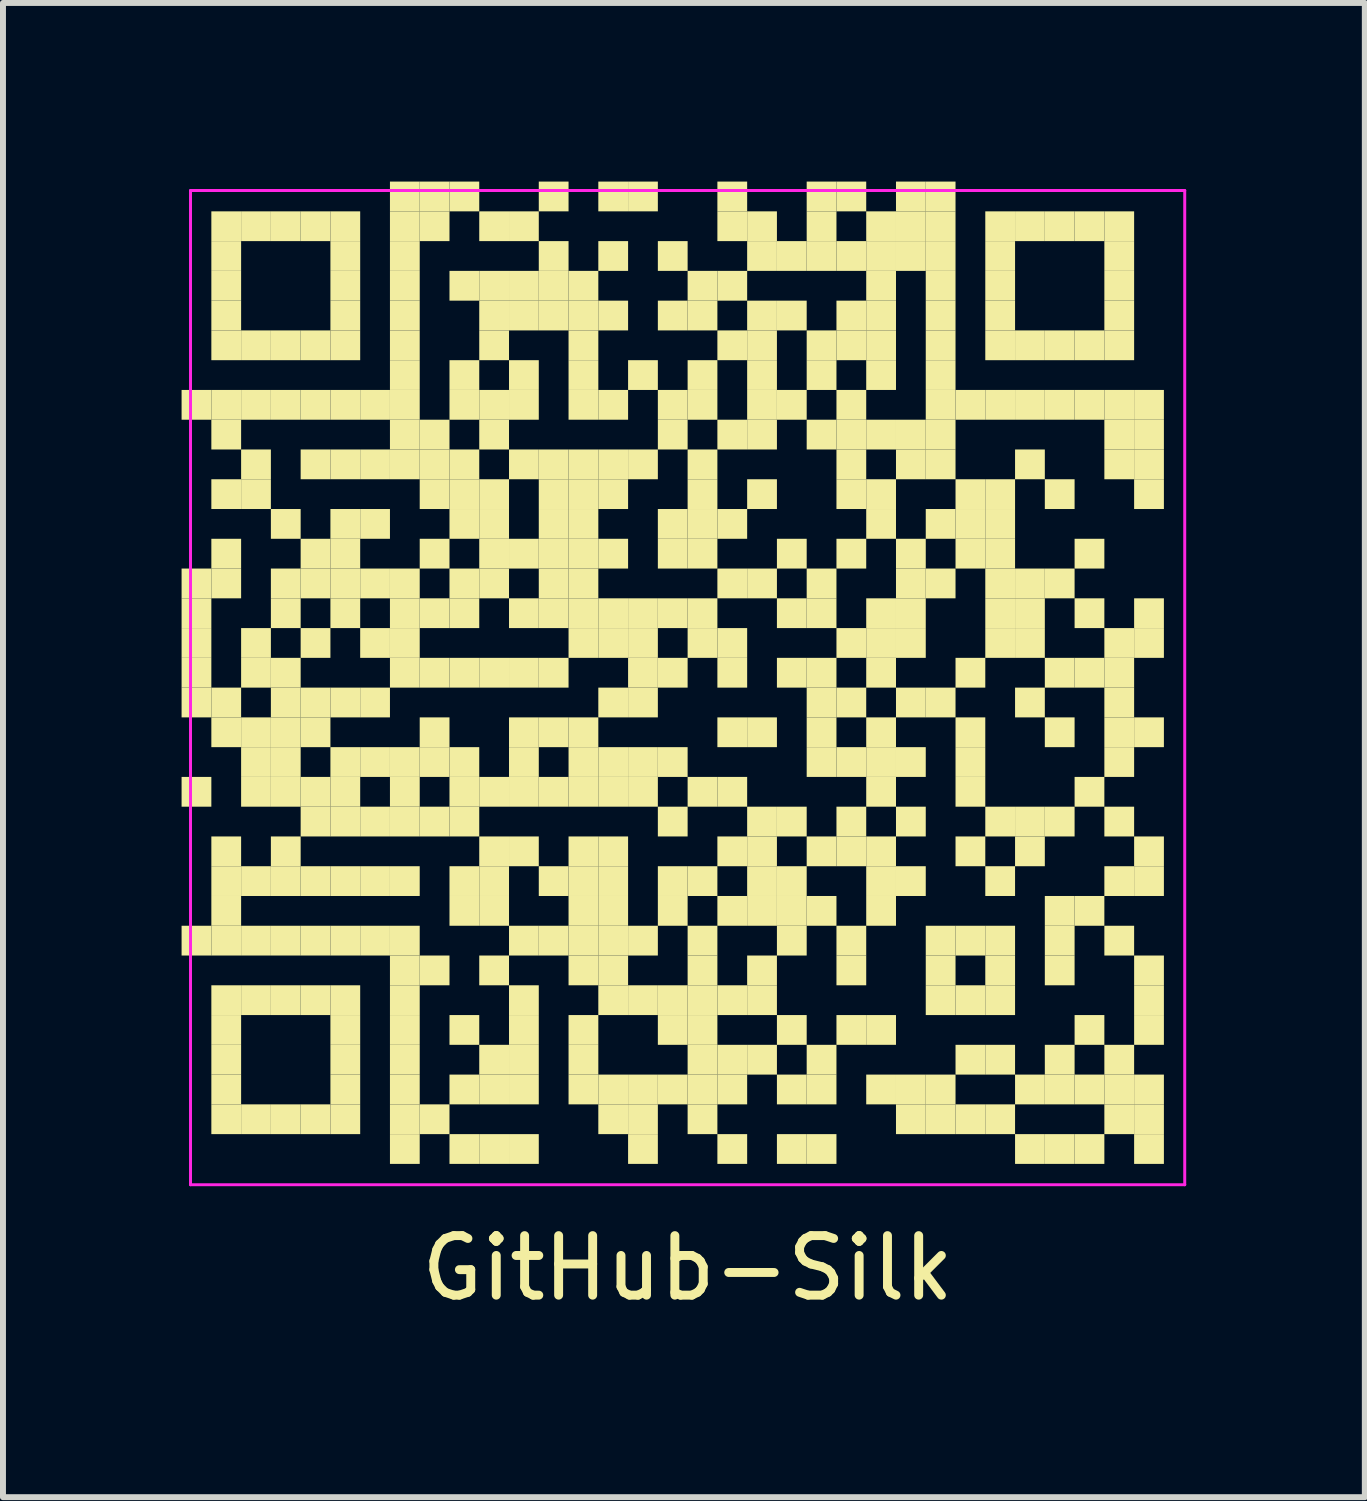
<source format=kicad_pcb>
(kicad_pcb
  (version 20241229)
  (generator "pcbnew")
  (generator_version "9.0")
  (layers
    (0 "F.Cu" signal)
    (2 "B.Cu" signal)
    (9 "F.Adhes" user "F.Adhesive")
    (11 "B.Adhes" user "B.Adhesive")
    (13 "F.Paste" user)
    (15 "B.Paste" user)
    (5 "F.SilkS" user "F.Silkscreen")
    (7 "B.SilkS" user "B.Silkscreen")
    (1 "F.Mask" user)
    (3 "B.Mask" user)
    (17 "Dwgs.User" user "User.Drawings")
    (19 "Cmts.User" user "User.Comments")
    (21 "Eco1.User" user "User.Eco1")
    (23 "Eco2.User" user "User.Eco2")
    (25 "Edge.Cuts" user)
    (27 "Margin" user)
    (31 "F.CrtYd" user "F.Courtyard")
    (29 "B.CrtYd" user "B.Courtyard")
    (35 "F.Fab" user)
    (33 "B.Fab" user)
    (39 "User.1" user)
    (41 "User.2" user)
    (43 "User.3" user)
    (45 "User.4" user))
  (footprint "GitHub-Silk"
    (layer "F.Cu")
    (at 8.5 8.5)
    (property "Reference" "GitHub-Silk" (at 0 9.75 0) (layer "F.SilkS") (effects (font (size 1 1) (thickness 0.15))))
    (attr through_hole)
    (fp_poly (pts (xy -8 -4.5) (xy -8 -5) (xy -8.5 -5) (xy -8.5 -4.5)) (stroke (width 0) (type solid)) (fill yes) (layer "F.SilkS"))
    (fp_poly (pts (xy -8 -1.5) (xy -8 -2) (xy -8.5 -2) (xy -8.5 -1.5)) (stroke (width 0) (type solid)) (fill yes) (layer "F.SilkS"))
    (fp_poly (pts (xy -8 -1) (xy -8 -1.5) (xy -8.5 -1.5) (xy -8.5 -1)) (stroke (width 0) (type solid)) (fill yes) (layer "F.SilkS"))
    (fp_poly (pts (xy -8 -0.5) (xy -8 -1) (xy -8.5 -1) (xy -8.5 -0.5)) (stroke (width 0) (type solid)) (fill yes) (layer "F.SilkS"))
    (fp_poly (pts (xy -8 0) (xy -8 -0.5) (xy -8.5 -0.5) (xy -8.5 0)) (stroke (width 0) (type solid)) (fill yes) (layer "F.SilkS"))
    (fp_poly (pts (xy -8 0.5) (xy -8 0) (xy -8.5 0) (xy -8.5 0.5)) (stroke (width 0) (type solid)) (fill yes) (layer "F.SilkS"))
    (fp_poly (pts (xy -8 2) (xy -8 1.5) (xy -8.5 1.5) (xy -8.5 2)) (stroke (width 0) (type solid)) (fill yes) (layer "F.SilkS"))
    (fp_poly (pts (xy -8 4.5) (xy -8 4) (xy -8.5 4) (xy -8.5 4.5)) (stroke (width 0) (type solid)) (fill yes) (layer "F.SilkS"))
    (fp_poly (pts (xy -7.5 -7.5) (xy -7.5 -8) (xy -8 -8) (xy -8 -7.5)) (stroke (width 0) (type solid)) (fill yes) (layer "F.SilkS"))
    (fp_poly (pts (xy -7.5 -7) (xy -7.5 -7.5) (xy -8 -7.5) (xy -8 -7)) (stroke (width 0) (type solid)) (fill yes) (layer "F.SilkS"))
    (fp_poly (pts (xy -7.5 -6.5) (xy -7.5 -7) (xy -8 -7) (xy -8 -6.5)) (stroke (width 0) (type solid)) (fill yes) (layer "F.SilkS"))
    (fp_poly (pts (xy -7.5 -6) (xy -7.5 -6.5) (xy -8 -6.5) (xy -8 -6)) (stroke (width 0) (type solid)) (fill yes) (layer "F.SilkS"))
    (fp_poly (pts (xy -7.5 -5.5) (xy -7.5 -6) (xy -8 -6) (xy -8 -5.5)) (stroke (width 0) (type solid)) (fill yes) (layer "F.SilkS"))
    (fp_poly (pts (xy -7.5 -4.5) (xy -7.5 -5) (xy -8 -5) (xy -8 -4.5)) (stroke (width 0) (type solid)) (fill yes) (layer "F.SilkS"))
    (fp_poly (pts (xy -7.5 -4) (xy -7.5 -4.5) (xy -8 -4.5) (xy -8 -4)) (stroke (width 0) (type solid)) (fill yes) (layer "F.SilkS"))
    (fp_poly (pts (xy -7.5 -3) (xy -7.5 -3.5) (xy -8 -3.5) (xy -8 -3)) (stroke (width 0) (type solid)) (fill yes) (layer "F.SilkS"))
    (fp_poly (pts (xy -7.5 -2) (xy -7.5 -2.5) (xy -8 -2.5) (xy -8 -2)) (stroke (width 0) (type solid)) (fill yes) (layer "F.SilkS"))
    (fp_poly (pts (xy -7.5 -1.5) (xy -7.5 -2) (xy -8 -2) (xy -8 -1.5)) (stroke (width 0) (type solid)) (fill yes) (layer "F.SilkS"))
    (fp_poly (pts (xy -7.5 0.5) (xy -7.5 0) (xy -8 0) (xy -8 0.5)) (stroke (width 0) (type solid)) (fill yes) (layer "F.SilkS"))
    (fp_poly (pts (xy -7.5 1) (xy -7.5 0.5) (xy -8 0.5) (xy -8 1)) (stroke (width 0) (type solid)) (fill yes) (layer "F.SilkS"))
    (fp_poly (pts (xy -7.5 3) (xy -7.5 2.5) (xy -8 2.5) (xy -8 3)) (stroke (width 0) (type solid)) (fill yes) (layer "F.SilkS"))
    (fp_poly (pts (xy -7.5 3.5) (xy -7.5 3) (xy -8 3) (xy -8 3.5)) (stroke (width 0) (type solid)) (fill yes) (layer "F.SilkS"))
    (fp_poly (pts (xy -7.5 4) (xy -7.5 3.5) (xy -8 3.5) (xy -8 4)) (stroke (width 0) (type solid)) (fill yes) (layer "F.SilkS"))
    (fp_poly (pts (xy -7.5 4.5) (xy -7.5 4) (xy -8 4) (xy -8 4.5)) (stroke (width 0) (type solid)) (fill yes) (layer "F.SilkS"))
    (fp_poly (pts (xy -7.5 5.5) (xy -7.5 5) (xy -8 5) (xy -8 5.5)) (stroke (width 0) (type solid)) (fill yes) (layer "F.SilkS"))
    (fp_poly (pts (xy -7.5 6) (xy -7.5 5.5) (xy -8 5.5) (xy -8 6)) (stroke (width 0) (type solid)) (fill yes) (layer "F.SilkS"))
    (fp_poly (pts (xy -7.5 6.5) (xy -7.5 6) (xy -8 6) (xy -8 6.5)) (stroke (width 0) (type solid)) (fill yes) (layer "F.SilkS"))
    (fp_poly (pts (xy -7.5 7) (xy -7.5 6.5) (xy -8 6.5) (xy -8 7)) (stroke (width 0) (type solid)) (fill yes) (layer "F.SilkS"))
    (fp_poly (pts (xy -7.5 7.5) (xy -7.5 7) (xy -8 7) (xy -8 7.5)) (stroke (width 0) (type solid)) (fill yes) (layer "F.SilkS"))
    (fp_poly (pts (xy -7 -7.5) (xy -7 -8) (xy -7.5 -8) (xy -7.5 -7.5)) (stroke (width 0) (type solid)) (fill yes) (layer "F.SilkS"))
    (fp_poly (pts (xy -7 -5.5) (xy -7 -6) (xy -7.5 -6) (xy -7.5 -5.5)) (stroke (width 0) (type solid)) (fill yes) (layer "F.SilkS"))
    (fp_poly (pts (xy -7 -4.5) (xy -7 -5) (xy -7.5 -5) (xy -7.5 -4.5)) (stroke (width 0) (type solid)) (fill yes) (layer "F.SilkS"))
    (fp_poly (pts (xy -7 -3.5) (xy -7 -4) (xy -7.5 -4) (xy -7.5 -3.5)) (stroke (width 0) (type solid)) (fill yes) (layer "F.SilkS"))
    (fp_poly (pts (xy -7 -3) (xy -7 -3.5) (xy -7.5 -3.5) (xy -7.5 -3)) (stroke (width 0) (type solid)) (fill yes) (layer "F.SilkS"))
    (fp_poly (pts (xy -7 -0.5) (xy -7 -1) (xy -7.5 -1) (xy -7.5 -0.5)) (stroke (width 0) (type solid)) (fill yes) (layer "F.SilkS"))
    (fp_poly (pts (xy -7 0) (xy -7 -0.5) (xy -7.5 -0.5) (xy -7.5 0)) (stroke (width 0) (type solid)) (fill yes) (layer "F.SilkS"))
    (fp_poly (pts (xy -7 1) (xy -7 0.5) (xy -7.5 0.5) (xy -7.5 1)) (stroke (width 0) (type solid)) (fill yes) (layer "F.SilkS"))
    (fp_poly (pts (xy -7 1.5) (xy -7 1) (xy -7.5 1) (xy -7.5 1.5)) (stroke (width 0) (type solid)) (fill yes) (layer "F.SilkS"))
    (fp_poly (pts (xy -7 2) (xy -7 1.5) (xy -7.5 1.5) (xy -7.5 2)) (stroke (width 0) (type solid)) (fill yes) (layer "F.SilkS"))
    (fp_poly (pts (xy -7 3.5) (xy -7 3) (xy -7.5 3) (xy -7.5 3.5)) (stroke (width 0) (type solid)) (fill yes) (layer "F.SilkS"))
    (fp_poly (pts (xy -7 4.5) (xy -7 4) (xy -7.5 4) (xy -7.5 4.5)) (stroke (width 0) (type solid)) (fill yes) (layer "F.SilkS"))
    (fp_poly (pts (xy -7 5.5) (xy -7 5) (xy -7.5 5) (xy -7.5 5.5)) (stroke (width 0) (type solid)) (fill yes) (layer "F.SilkS"))
    (fp_poly (pts (xy -7 7.5) (xy -7 7) (xy -7.5 7) (xy -7.5 7.5)) (stroke (width 0) (type solid)) (fill yes) (layer "F.SilkS"))
    (fp_poly (pts (xy -6.5 -7.5) (xy -6.5 -8) (xy -7 -8) (xy -7 -7.5)) (stroke (width 0) (type solid)) (fill yes) (layer "F.SilkS"))
    (fp_poly (pts (xy -6.5 -5.5) (xy -6.5 -6) (xy -7 -6) (xy -7 -5.5)) (stroke (width 0) (type solid)) (fill yes) (layer "F.SilkS"))
    (fp_poly (pts (xy -6.5 -4.5) (xy -6.5 -5) (xy -7 -5) (xy -7 -4.5)) (stroke (width 0) (type solid)) (fill yes) (layer "F.SilkS"))
    (fp_poly (pts (xy -6.5 -2.5) (xy -6.5 -3) (xy -7 -3) (xy -7 -2.5)) (stroke (width 0) (type solid)) (fill yes) (layer "F.SilkS"))
    (fp_poly (pts (xy -6.5 -1.5) (xy -6.5 -2) (xy -7 -2) (xy -7 -1.5)) (stroke (width 0) (type solid)) (fill yes) (layer "F.SilkS"))
    (fp_poly (pts (xy -6.5 -1) (xy -6.5 -1.5) (xy -7 -1.5) (xy -7 -1)) (stroke (width 0) (type solid)) (fill yes) (layer "F.SilkS"))
    (fp_poly (pts (xy -6.5 0) (xy -6.5 -0.5) (xy -7 -0.5) (xy -7 0)) (stroke (width 0) (type solid)) (fill yes) (layer "F.SilkS"))
    (fp_poly (pts (xy -6.5 0.5) (xy -6.5 0) (xy -7 0) (xy -7 0.5)) (stroke (width 0) (type solid)) (fill yes) (layer "F.SilkS"))
    (fp_poly (pts (xy -6.5 1) (xy -6.5 0.5) (xy -7 0.5) (xy -7 1)) (stroke (width 0) (type solid)) (fill yes) (layer "F.SilkS"))
    (fp_poly (pts (xy -6.5 1.5) (xy -6.5 1) (xy -7 1) (xy -7 1.5)) (stroke (width 0) (type solid)) (fill yes) (layer "F.SilkS"))
    (fp_poly (pts (xy -6.5 2) (xy -6.5 1.5) (xy -7 1.5) (xy -7 2)) (stroke (width 0) (type solid)) (fill yes) (layer "F.SilkS"))
    (fp_poly (pts (xy -6.5 3) (xy -6.5 2.5) (xy -7 2.5) (xy -7 3)) (stroke (width 0) (type solid)) (fill yes) (layer "F.SilkS"))
    (fp_poly (pts (xy -6.5 3.5) (xy -6.5 3) (xy -7 3) (xy -7 3.5)) (stroke (width 0) (type solid)) (fill yes) (layer "F.SilkS"))
    (fp_poly (pts (xy -6.5 4.5) (xy -6.5 4) (xy -7 4) (xy -7 4.5)) (stroke (width 0) (type solid)) (fill yes) (layer "F.SilkS"))
    (fp_poly (pts (xy -6.5 5.5) (xy -6.5 5) (xy -7 5) (xy -7 5.5)) (stroke (width 0) (type solid)) (fill yes) (layer "F.SilkS"))
    (fp_poly (pts (xy -6.5 7.5) (xy -6.5 7) (xy -7 7) (xy -7 7.5)) (stroke (width 0) (type solid)) (fill yes) (layer "F.SilkS"))
    (fp_poly (pts (xy -6 -7.5) (xy -6 -8) (xy -6.5 -8) (xy -6.5 -7.5)) (stroke (width 0) (type solid)) (fill yes) (layer "F.SilkS"))
    (fp_poly (pts (xy -6 -5.5) (xy -6 -6) (xy -6.5 -6) (xy -6.5 -5.5)) (stroke (width 0) (type solid)) (fill yes) (layer "F.SilkS"))
    (fp_poly (pts (xy -6 -4.5) (xy -6 -5) (xy -6.5 -5) (xy -6.5 -4.5)) (stroke (width 0) (type solid)) (fill yes) (layer "F.SilkS"))
    (fp_poly (pts (xy -6 -3.5) (xy -6 -4) (xy -6.5 -4) (xy -6.5 -3.5)) (stroke (width 0) (type solid)) (fill yes) (layer "F.SilkS"))
    (fp_poly (pts (xy -6 -2) (xy -6 -2.5) (xy -6.5 -2.5) (xy -6.5 -2)) (stroke (width 0) (type solid)) (fill yes) (layer "F.SilkS"))
    (fp_poly (pts (xy -6 -1.5) (xy -6 -2) (xy -6.5 -2) (xy -6.5 -1.5)) (stroke (width 0) (type solid)) (fill yes) (layer "F.SilkS"))
    (fp_poly (pts (xy -6 -0.5) (xy -6 -1) (xy -6.5 -1) (xy -6.5 -0.5)) (stroke (width 0) (type solid)) (fill yes) (layer "F.SilkS"))
    (fp_poly (pts (xy -6 0.5) (xy -6 0) (xy -6.5 0) (xy -6.5 0.5)) (stroke (width 0) (type solid)) (fill yes) (layer "F.SilkS"))
    (fp_poly (pts (xy -6 1) (xy -6 0.5) (xy -6.5 0.5) (xy -6.5 1)) (stroke (width 0) (type solid)) (fill yes) (layer "F.SilkS"))
    (fp_poly (pts (xy -6 2) (xy -6 1.5) (xy -6.5 1.5) (xy -6.5 2)) (stroke (width 0) (type solid)) (fill yes) (layer "F.SilkS"))
    (fp_poly (pts (xy -6 2.5) (xy -6 2) (xy -6.5 2) (xy -6.5 2.5)) (stroke (width 0) (type solid)) (fill yes) (layer "F.SilkS"))
    (fp_poly (pts (xy -6 3.5) (xy -6 3) (xy -6.5 3) (xy -6.5 3.5)) (stroke (width 0) (type solid)) (fill yes) (layer "F.SilkS"))
    (fp_poly (pts (xy -6 4.5) (xy -6 4) (xy -6.5 4) (xy -6.5 4.5)) (stroke (width 0) (type solid)) (fill yes) (layer "F.SilkS"))
    (fp_poly (pts (xy -6 5.5) (xy -6 5) (xy -6.5 5) (xy -6.5 5.5)) (stroke (width 0) (type solid)) (fill yes) (layer "F.SilkS"))
    (fp_poly (pts (xy -6 7.5) (xy -6 7) (xy -6.5 7) (xy -6.5 7.5)) (stroke (width 0) (type solid)) (fill yes) (layer "F.SilkS"))
    (fp_poly (pts (xy -5.5 -7.5) (xy -5.5 -8) (xy -6 -8) (xy -6 -7.5)) (stroke (width 0) (type solid)) (fill yes) (layer "F.SilkS"))
    (fp_poly (pts (xy -5.5 -7) (xy -5.5 -7.5) (xy -6 -7.5) (xy -6 -7)) (stroke (width 0) (type solid)) (fill yes) (layer "F.SilkS"))
    (fp_poly (pts (xy -5.5 -6.5) (xy -5.5 -7) (xy -6 -7) (xy -6 -6.5)) (stroke (width 0) (type solid)) (fill yes) (layer "F.SilkS"))
    (fp_poly (pts (xy -5.5 -6) (xy -5.5 -6.5) (xy -6 -6.5) (xy -6 -6)) (stroke (width 0) (type solid)) (fill yes) (layer "F.SilkS"))
    (fp_poly (pts (xy -5.5 -5.5) (xy -5.5 -6) (xy -6 -6) (xy -6 -5.5)) (stroke (width 0) (type solid)) (fill yes) (layer "F.SilkS"))
    (fp_poly (pts (xy -5.5 -4.5) (xy -5.5 -5) (xy -6 -5) (xy -6 -4.5)) (stroke (width 0) (type solid)) (fill yes) (layer "F.SilkS"))
    (fp_poly (pts (xy -5.5 -3.5) (xy -5.5 -4) (xy -6 -4) (xy -6 -3.5)) (stroke (width 0) (type solid)) (fill yes) (layer "F.SilkS"))
    (fp_poly (pts (xy -5.5 -2.5) (xy -5.5 -3) (xy -6 -3) (xy -6 -2.5)) (stroke (width 0) (type solid)) (fill yes) (layer "F.SilkS"))
    (fp_poly (pts (xy -5.5 -2) (xy -5.5 -2.5) (xy -6 -2.5) (xy -6 -2)) (stroke (width 0) (type solid)) (fill yes) (layer "F.SilkS"))
    (fp_poly (pts (xy -5.5 -1.5) (xy -5.5 -2) (xy -6 -2) (xy -6 -1.5)) (stroke (width 0) (type solid)) (fill yes) (layer "F.SilkS"))
    (fp_poly (pts (xy -5.5 -1) (xy -5.5 -1.5) (xy -6 -1.5) (xy -6 -1)) (stroke (width 0) (type solid)) (fill yes) (layer "F.SilkS"))
    (fp_poly (pts (xy -5.5 0.5) (xy -5.5 0) (xy -6 0) (xy -6 0.5)) (stroke (width 0) (type solid)) (fill yes) (layer "F.SilkS"))
    (fp_poly (pts (xy -5.5 1.5) (xy -5.5 1) (xy -6 1) (xy -6 1.5)) (stroke (width 0) (type solid)) (fill yes) (layer "F.SilkS"))
    (fp_poly (pts (xy -5.5 2) (xy -5.5 1.5) (xy -6 1.5) (xy -6 2)) (stroke (width 0) (type solid)) (fill yes) (layer "F.SilkS"))
    (fp_poly (pts (xy -5.5 2.5) (xy -5.5 2) (xy -6 2) (xy -6 2.5)) (stroke (width 0) (type solid)) (fill yes) (layer "F.SilkS"))
    (fp_poly (pts (xy -5.5 3.5) (xy -5.5 3) (xy -6 3) (xy -6 3.5)) (stroke (width 0) (type solid)) (fill yes) (layer "F.SilkS"))
    (fp_poly (pts (xy -5.5 4.5) (xy -5.5 4) (xy -6 4) (xy -6 4.5)) (stroke (width 0) (type solid)) (fill yes) (layer "F.SilkS"))
    (fp_poly (pts (xy -5.5 5.5) (xy -5.5 5) (xy -6 5) (xy -6 5.5)) (stroke (width 0) (type solid)) (fill yes) (layer "F.SilkS"))
    (fp_poly (pts (xy -5.5 6) (xy -5.5 5.5) (xy -6 5.5) (xy -6 6)) (stroke (width 0) (type solid)) (fill yes) (layer "F.SilkS"))
    (fp_poly (pts (xy -5.5 6.5) (xy -5.5 6) (xy -6 6) (xy -6 6.5)) (stroke (width 0) (type solid)) (fill yes) (layer "F.SilkS"))
    (fp_poly (pts (xy -5.5 7) (xy -5.5 6.5) (xy -6 6.5) (xy -6 7)) (stroke (width 0) (type solid)) (fill yes) (layer "F.SilkS"))
    (fp_poly (pts (xy -5.5 7.5) (xy -5.5 7) (xy -6 7) (xy -6 7.5)) (stroke (width 0) (type solid)) (fill yes) (layer "F.SilkS"))
    (fp_poly (pts (xy -5 -4.5) (xy -5 -5) (xy -5.5 -5) (xy -5.5 -4.5)) (stroke (width 0) (type solid)) (fill yes) (layer "F.SilkS"))
    (fp_poly (pts (xy -5 -3.5) (xy -5 -4) (xy -5.5 -4) (xy -5.5 -3.5)) (stroke (width 0) (type solid)) (fill yes) (layer "F.SilkS"))
    (fp_poly (pts (xy -5 -2.5) (xy -5 -3) (xy -5.5 -3) (xy -5.5 -2.5)) (stroke (width 0) (type solid)) (fill yes) (layer "F.SilkS"))
    (fp_poly (pts (xy -5 -1.5) (xy -5 -2) (xy -5.5 -2) (xy -5.5 -1.5)) (stroke (width 0) (type solid)) (fill yes) (layer "F.SilkS"))
    (fp_poly (pts (xy -5 -0.5) (xy -5 -1) (xy -5.5 -1) (xy -5.5 -0.5)) (stroke (width 0) (type solid)) (fill yes) (layer "F.SilkS"))
    (fp_poly (pts (xy -5 0.5) (xy -5 0) (xy -5.5 0) (xy -5.5 0.5)) (stroke (width 0) (type solid)) (fill yes) (layer "F.SilkS"))
    (fp_poly (pts (xy -5 1.5) (xy -5 1) (xy -5.5 1) (xy -5.5 1.5)) (stroke (width 0) (type solid)) (fill yes) (layer "F.SilkS"))
    (fp_poly (pts (xy -5 2.5) (xy -5 2) (xy -5.5 2) (xy -5.5 2.5)) (stroke (width 0) (type solid)) (fill yes) (layer "F.SilkS"))
    (fp_poly (pts (xy -5 3.5) (xy -5 3) (xy -5.5 3) (xy -5.5 3.5)) (stroke (width 0) (type solid)) (fill yes) (layer "F.SilkS"))
    (fp_poly (pts (xy -5 4.5) (xy -5 4) (xy -5.5 4) (xy -5.5 4.5)) (stroke (width 0) (type solid)) (fill yes) (layer "F.SilkS"))
    (fp_poly (pts (xy -4.5 -8) (xy -4.5 -8.5) (xy -5 -8.5) (xy -5 -8)) (stroke (width 0) (type solid)) (fill yes) (layer "F.SilkS"))
    (fp_poly (pts (xy -4.5 -7.5) (xy -4.5 -8) (xy -5 -8) (xy -5 -7.5)) (stroke (width 0) (type solid)) (fill yes) (layer "F.SilkS"))
    (fp_poly (pts (xy -4.5 -7) (xy -4.5 -7.5) (xy -5 -7.5) (xy -5 -7)) (stroke (width 0) (type solid)) (fill yes) (layer "F.SilkS"))
    (fp_poly (pts (xy -4.5 -6.5) (xy -4.5 -7) (xy -5 -7) (xy -5 -6.5)) (stroke (width 0) (type solid)) (fill yes) (layer "F.SilkS"))
    (fp_poly (pts (xy -4.5 -6) (xy -4.5 -6.5) (xy -5 -6.5) (xy -5 -6)) (stroke (width 0) (type solid)) (fill yes) (layer "F.SilkS"))
    (fp_poly (pts (xy -4.5 -5.5) (xy -4.5 -6) (xy -5 -6) (xy -5 -5.5)) (stroke (width 0) (type solid)) (fill yes) (layer "F.SilkS"))
    (fp_poly (pts (xy -4.5 -5) (xy -4.5 -5.5) (xy -5 -5.5) (xy -5 -5)) (stroke (width 0) (type solid)) (fill yes) (layer "F.SilkS"))
    (fp_poly (pts (xy -4.5 -4.5) (xy -4.5 -5) (xy -5 -5) (xy -5 -4.5)) (stroke (width 0) (type solid)) (fill yes) (layer "F.SilkS"))
    (fp_poly (pts (xy -4.5 -4) (xy -4.5 -4.5) (xy -5 -4.5) (xy -5 -4)) (stroke (width 0) (type solid)) (fill yes) (layer "F.SilkS"))
    (fp_poly (pts (xy -4.5 -3.5) (xy -4.5 -4) (xy -5 -4) (xy -5 -3.5)) (stroke (width 0) (type solid)) (fill yes) (layer "F.SilkS"))
    (fp_poly (pts (xy -4.5 -1.5) (xy -4.5 -2) (xy -5 -2) (xy -5 -1.5)) (stroke (width 0) (type solid)) (fill yes) (layer "F.SilkS"))
    (fp_poly (pts (xy -4.5 -1) (xy -4.5 -1.5) (xy -5 -1.5) (xy -5 -1)) (stroke (width 0) (type solid)) (fill yes) (layer "F.SilkS"))
    (fp_poly (pts (xy -4.5 -0.5) (xy -4.5 -1) (xy -5 -1) (xy -5 -0.5)) (stroke (width 0) (type solid)) (fill yes) (layer "F.SilkS"))
    (fp_poly (pts (xy -4.5 0) (xy -4.5 -0.5) (xy -5 -0.5) (xy -5 0)) (stroke (width 0) (type solid)) (fill yes) (layer "F.SilkS"))
    (fp_poly (pts (xy -4.5 1.5) (xy -4.5 1) (xy -5 1) (xy -5 1.5)) (stroke (width 0) (type solid)) (fill yes) (layer "F.SilkS"))
    (fp_poly (pts (xy -4.5 2) (xy -4.5 1.5) (xy -5 1.5) (xy -5 2)) (stroke (width 0) (type solid)) (fill yes) (layer "F.SilkS"))
    (fp_poly (pts (xy -4.5 2.5) (xy -4.5 2) (xy -5 2) (xy -5 2.5)) (stroke (width 0) (type solid)) (fill yes) (layer "F.SilkS"))
    (fp_poly (pts (xy -4.5 3.5) (xy -4.5 3) (xy -5 3) (xy -5 3.5)) (stroke (width 0) (type solid)) (fill yes) (layer "F.SilkS"))
    (fp_poly (pts (xy -4.5 4.5) (xy -4.5 4) (xy -5 4) (xy -5 4.5)) (stroke (width 0) (type solid)) (fill yes) (layer "F.SilkS"))
    (fp_poly (pts (xy -4.5 5) (xy -4.5 4.5) (xy -5 4.5) (xy -5 5)) (stroke (width 0) (type solid)) (fill yes) (layer "F.SilkS"))
    (fp_poly (pts (xy -4.5 5.5) (xy -4.5 5) (xy -5 5) (xy -5 5.5)) (stroke (width 0) (type solid)) (fill yes) (layer "F.SilkS"))
    (fp_poly (pts (xy -4.5 6) (xy -4.5 5.5) (xy -5 5.5) (xy -5 6)) (stroke (width 0) (type solid)) (fill yes) (layer "F.SilkS"))
    (fp_poly (pts (xy -4.5 6.5) (xy -4.5 6) (xy -5 6) (xy -5 6.5)) (stroke (width 0) (type solid)) (fill yes) (layer "F.SilkS"))
    (fp_poly (pts (xy -4.5 7) (xy -4.5 6.5) (xy -5 6.5) (xy -5 7)) (stroke (width 0) (type solid)) (fill yes) (layer "F.SilkS"))
    (fp_poly (pts (xy -4.5 7.5) (xy -4.5 7) (xy -5 7) (xy -5 7.5)) (stroke (width 0) (type solid)) (fill yes) (layer "F.SilkS"))
    (fp_poly (pts (xy -4.5 8) (xy -4.5 7.5) (xy -5 7.5) (xy -5 8)) (stroke (width 0) (type solid)) (fill yes) (layer "F.SilkS"))
    (fp_poly (pts (xy -4 -8) (xy -4 -8.5) (xy -4.5 -8.5) (xy -4.5 -8)) (stroke (width 0) (type solid)) (fill yes) (layer "F.SilkS"))
    (fp_poly (pts (xy -4 -7.5) (xy -4 -8) (xy -4.5 -8) (xy -4.5 -7.5)) (stroke (width 0) (type solid)) (fill yes) (layer "F.SilkS"))
    (fp_poly (pts (xy -4 -4) (xy -4 -4.5) (xy -4.5 -4.5) (xy -4.5 -4)) (stroke (width 0) (type solid)) (fill yes) (layer "F.SilkS"))
    (fp_poly (pts (xy -4 -3.5) (xy -4 -4) (xy -4.5 -4) (xy -4.5 -3.5)) (stroke (width 0) (type solid)) (fill yes) (layer "F.SilkS"))
    (fp_poly (pts (xy -4 -3) (xy -4 -3.5) (xy -4.5 -3.5) (xy -4.5 -3)) (stroke (width 0) (type solid)) (fill yes) (layer "F.SilkS"))
    (fp_poly (pts (xy -4 -2) (xy -4 -2.5) (xy -4.5 -2.5) (xy -4.5 -2)) (stroke (width 0) (type solid)) (fill yes) (layer "F.SilkS"))
    (fp_poly (pts (xy -4 -1) (xy -4 -1.5) (xy -4.5 -1.5) (xy -4.5 -1)) (stroke (width 0) (type solid)) (fill yes) (layer "F.SilkS"))
    (fp_poly (pts (xy -4 0) (xy -4 -0.5) (xy -4.5 -0.5) (xy -4.5 0)) (stroke (width 0) (type solid)) (fill yes) (layer "F.SilkS"))
    (fp_poly (pts (xy -4 1) (xy -4 0.5) (xy -4.5 0.5) (xy -4.5 1)) (stroke (width 0) (type solid)) (fill yes) (layer "F.SilkS"))
    (fp_poly (pts (xy -4 1.5) (xy -4 1) (xy -4.5 1) (xy -4.5 1.5)) (stroke (width 0) (type solid)) (fill yes) (layer "F.SilkS"))
    (fp_poly (pts (xy -4 2.5) (xy -4 2) (xy -4.5 2) (xy -4.5 2.5)) (stroke (width 0) (type solid)) (fill yes) (layer "F.SilkS"))
    (fp_poly (pts (xy -4 5) (xy -4 4.5) (xy -4.5 4.5) (xy -4.5 5)) (stroke (width 0) (type solid)) (fill yes) (layer "F.SilkS"))
    (fp_poly (pts (xy -4 7.5) (xy -4 7) (xy -4.5 7) (xy -4.5 7.5)) (stroke (width 0) (type solid)) (fill yes) (layer "F.SilkS"))
    (fp_poly (pts (xy -3.5 -8) (xy -3.5 -8.5) (xy -4 -8.5) (xy -4 -8)) (stroke (width 0) (type solid)) (fill yes) (layer "F.SilkS"))
    (fp_poly (pts (xy -3.5 -6.5) (xy -3.5 -7) (xy -4 -7) (xy -4 -6.5)) (stroke (width 0) (type solid)) (fill yes) (layer "F.SilkS"))
    (fp_poly (pts (xy -3.5 -5) (xy -3.5 -5.5) (xy -4 -5.5) (xy -4 -5)) (stroke (width 0) (type solid)) (fill yes) (layer "F.SilkS"))
    (fp_poly (pts (xy -3.5 -4.5) (xy -3.5 -5) (xy -4 -5) (xy -4 -4.5)) (stroke (width 0) (type solid)) (fill yes) (layer "F.SilkS"))
    (fp_poly (pts (xy -3.5 -3.5) (xy -3.5 -4) (xy -4 -4) (xy -4 -3.5)) (stroke (width 0) (type solid)) (fill yes) (layer "F.SilkS"))
    (fp_poly (pts (xy -3.5 -3) (xy -3.5 -3.5) (xy -4 -3.5) (xy -4 -3)) (stroke (width 0) (type solid)) (fill yes) (layer "F.SilkS"))
    (fp_poly (pts (xy -3.5 -2.5) (xy -3.5 -3) (xy -4 -3) (xy -4 -2.5)) (stroke (width 0) (type solid)) (fill yes) (layer "F.SilkS"))
    (fp_poly (pts (xy -3.5 -1.5) (xy -3.5 -2) (xy -4 -2) (xy -4 -1.5)) (stroke (width 0) (type solid)) (fill yes) (layer "F.SilkS"))
    (fp_poly (pts (xy -3.5 -1) (xy -3.5 -1.5) (xy -4 -1.5) (xy -4 -1)) (stroke (width 0) (type solid)) (fill yes) (layer "F.SilkS"))
    (fp_poly (pts (xy -3.5 0) (xy -3.5 -0.5) (xy -4 -0.5) (xy -4 0)) (stroke (width 0) (type solid)) (fill yes) (layer "F.SilkS"))
    (fp_poly (pts (xy -3.5 1.5) (xy -3.5 1) (xy -4 1) (xy -4 1.5)) (stroke (width 0) (type solid)) (fill yes) (layer "F.SilkS"))
    (fp_poly (pts (xy -3.5 2) (xy -3.5 1.5) (xy -4 1.5) (xy -4 2)) (stroke (width 0) (type solid)) (fill yes) (layer "F.SilkS"))
    (fp_poly (pts (xy -3.5 2.5) (xy -3.5 2) (xy -4 2) (xy -4 2.5)) (stroke (width 0) (type solid)) (fill yes) (layer "F.SilkS"))
    (fp_poly (pts (xy -3.5 3.5) (xy -3.5 3) (xy -4 3) (xy -4 3.5)) (stroke (width 0) (type solid)) (fill yes) (layer "F.SilkS"))
    (fp_poly (pts (xy -3.5 4) (xy -3.5 3.5) (xy -4 3.5) (xy -4 4)) (stroke (width 0) (type solid)) (fill yes) (layer "F.SilkS"))
    (fp_poly (pts (xy -3.5 6) (xy -3.5 5.5) (xy -4 5.5) (xy -4 6)) (stroke (width 0) (type solid)) (fill yes) (layer "F.SilkS"))
    (fp_poly (pts (xy -3.5 7) (xy -3.5 6.5) (xy -4 6.5) (xy -4 7)) (stroke (width 0) (type solid)) (fill yes) (layer "F.SilkS"))
    (fp_poly (pts (xy -3.5 8) (xy -3.5 7.5) (xy -4 7.5) (xy -4 8)) (stroke (width 0) (type solid)) (fill yes) (layer "F.SilkS"))
    (fp_poly (pts (xy -3 -7.5) (xy -3 -8) (xy -3.5 -8) (xy -3.5 -7.5)) (stroke (width 0) (type solid)) (fill yes) (layer "F.SilkS"))
    (fp_poly (pts (xy -3 -6.5) (xy -3 -7) (xy -3.5 -7) (xy -3.5 -6.5)) (stroke (width 0) (type solid)) (fill yes) (layer "F.SilkS"))
    (fp_poly (pts (xy -3 -6) (xy -3 -6.5) (xy -3.5 -6.5) (xy -3.5 -6)) (stroke (width 0) (type solid)) (fill yes) (layer "F.SilkS"))
    (fp_poly (pts (xy -3 -5.5) (xy -3 -6) (xy -3.5 -6) (xy -3.5 -5.5)) (stroke (width 0) (type solid)) (fill yes) (layer "F.SilkS"))
    (fp_poly (pts (xy -3 -4.5) (xy -3 -5) (xy -3.5 -5) (xy -3.5 -4.5)) (stroke (width 0) (type solid)) (fill yes) (layer "F.SilkS"))
    (fp_poly (pts (xy -3 -4) (xy -3 -4.5) (xy -3.5 -4.5) (xy -3.5 -4)) (stroke (width 0) (type solid)) (fill yes) (layer "F.SilkS"))
    (fp_poly (pts (xy -3 -3) (xy -3 -3.5) (xy -3.5 -3.5) (xy -3.5 -3)) (stroke (width 0) (type solid)) (fill yes) (layer "F.SilkS"))
    (fp_poly (pts (xy -3 -2.5) (xy -3 -3) (xy -3.5 -3) (xy -3.5 -2.5)) (stroke (width 0) (type solid)) (fill yes) (layer "F.SilkS"))
    (fp_poly (pts (xy -3 -2) (xy -3 -2.5) (xy -3.5 -2.5) (xy -3.5 -2)) (stroke (width 0) (type solid)) (fill yes) (layer "F.SilkS"))
    (fp_poly (pts (xy -3 -1.5) (xy -3 -2) (xy -3.5 -2) (xy -3.5 -1.5)) (stroke (width 0) (type solid)) (fill yes) (layer "F.SilkS"))
    (fp_poly (pts (xy -3 0) (xy -3 -0.5) (xy -3.5 -0.5) (xy -3.5 0)) (stroke (width 0) (type solid)) (fill yes) (layer "F.SilkS"))
    (fp_poly (pts (xy -3 2) (xy -3 1.5) (xy -3.5 1.5) (xy -3.5 2)) (stroke (width 0) (type solid)) (fill yes) (layer "F.SilkS"))
    (fp_poly (pts (xy -3 3) (xy -3 2.5) (xy -3.5 2.5) (xy -3.5 3)) (stroke (width 0) (type solid)) (fill yes) (layer "F.SilkS"))
    (fp_poly (pts (xy -3 3.5) (xy -3 3) (xy -3.5 3) (xy -3.5 3.5)) (stroke (width 0) (type solid)) (fill yes) (layer "F.SilkS"))
    (fp_poly (pts (xy -3 4) (xy -3 3.5) (xy -3.5 3.5) (xy -3.5 4)) (stroke (width 0) (type solid)) (fill yes) (layer "F.SilkS"))
    (fp_poly (pts (xy -3 5) (xy -3 4.5) (xy -3.5 4.5) (xy -3.5 5)) (stroke (width 0) (type solid)) (fill yes) (layer "F.SilkS"))
    (fp_poly (pts (xy -3 6.5) (xy -3 6) (xy -3.5 6) (xy -3.5 6.5)) (stroke (width 0) (type solid)) (fill yes) (layer "F.SilkS"))
    (fp_poly (pts (xy -3 7) (xy -3 6.5) (xy -3.5 6.5) (xy -3.5 7)) (stroke (width 0) (type solid)) (fill yes) (layer "F.SilkS"))
    (fp_poly (pts (xy -3 8) (xy -3 7.5) (xy -3.5 7.5) (xy -3.5 8)) (stroke (width 0) (type solid)) (fill yes) (layer "F.SilkS"))
    (fp_poly (pts (xy -2.5 -7.5) (xy -2.5 -8) (xy -3 -8) (xy -3 -7.5)) (stroke (width 0) (type solid)) (fill yes) (layer "F.SilkS"))
    (fp_poly (pts (xy -2.5 -6.5) (xy -2.5 -7) (xy -3 -7) (xy -3 -6.5)) (stroke (width 0) (type solid)) (fill yes) (layer "F.SilkS"))
    (fp_poly (pts (xy -2.5 -6) (xy -2.5 -6.5) (xy -3 -6.5) (xy -3 -6)) (stroke (width 0) (type solid)) (fill yes) (layer "F.SilkS"))
    (fp_poly (pts (xy -2.5 -5) (xy -2.5 -5.5) (xy -3 -5.5) (xy -3 -5)) (stroke (width 0) (type solid)) (fill yes) (layer "F.SilkS"))
    (fp_poly (pts (xy -2.5 -4.5) (xy -2.5 -5) (xy -3 -5) (xy -3 -4.5)) (stroke (width 0) (type solid)) (fill yes) (layer "F.SilkS"))
    (fp_poly (pts (xy -2.5 -3.5) (xy -2.5 -4) (xy -3 -4) (xy -3 -3.5)) (stroke (width 0) (type solid)) (fill yes) (layer "F.SilkS"))
    (fp_poly (pts (xy -2.5 -2) (xy -2.5 -2.5) (xy -3 -2.5) (xy -3 -2)) (stroke (width 0) (type solid)) (fill yes) (layer "F.SilkS"))
    (fp_poly (pts (xy -2.5 -1) (xy -2.5 -1.5) (xy -3 -1.5) (xy -3 -1)) (stroke (width 0) (type solid)) (fill yes) (layer "F.SilkS"))
    (fp_poly (pts (xy -2.5 0) (xy -2.5 -0.5) (xy -3 -0.5) (xy -3 0)) (stroke (width 0) (type solid)) (fill yes) (layer "F.SilkS"))
    (fp_poly (pts (xy -2.5 1) (xy -2.5 0.5) (xy -3 0.5) (xy -3 1)) (stroke (width 0) (type solid)) (fill yes) (layer "F.SilkS"))
    (fp_poly (pts (xy -2.5 1.5) (xy -2.5 1) (xy -3 1) (xy -3 1.5)) (stroke (width 0) (type solid)) (fill yes) (layer "F.SilkS"))
    (fp_poly (pts (xy -2.5 2) (xy -2.5 1.5) (xy -3 1.5) (xy -3 2)) (stroke (width 0) (type solid)) (fill yes) (layer "F.SilkS"))
    (fp_poly (pts (xy -2.5 3) (xy -2.5 2.5) (xy -3 2.5) (xy -3 3)) (stroke (width 0) (type solid)) (fill yes) (layer "F.SilkS"))
    (fp_poly (pts (xy -2.5 4.5) (xy -2.5 4) (xy -3 4) (xy -3 4.5)) (stroke (width 0) (type solid)) (fill yes) (layer "F.SilkS"))
    (fp_poly (pts (xy -2.5 5.5) (xy -2.5 5) (xy -3 5) (xy -3 5.5)) (stroke (width 0) (type solid)) (fill yes) (layer "F.SilkS"))
    (fp_poly (pts (xy -2.5 6) (xy -2.5 5.5) (xy -3 5.5) (xy -3 6)) (stroke (width 0) (type solid)) (fill yes) (layer "F.SilkS"))
    (fp_poly (pts (xy -2.5 6.5) (xy -2.5 6) (xy -3 6) (xy -3 6.5)) (stroke (width 0) (type solid)) (fill yes) (layer "F.SilkS"))
    (fp_poly (pts (xy -2.5 7) (xy -2.5 6.5) (xy -3 6.5) (xy -3 7)) (stroke (width 0) (type solid)) (fill yes) (layer "F.SilkS"))
    (fp_poly (pts (xy -2.5 8) (xy -2.5 7.5) (xy -3 7.5) (xy -3 8)) (stroke (width 0) (type solid)) (fill yes) (layer "F.SilkS"))
    (fp_poly (pts (xy -2 -8) (xy -2 -8.5) (xy -2.5 -8.5) (xy -2.5 -8)) (stroke (width 0) (type solid)) (fill yes) (layer "F.SilkS"))
    (fp_poly (pts (xy -2 -7) (xy -2 -7.5) (xy -2.5 -7.5) (xy -2.5 -7)) (stroke (width 0) (type solid)) (fill yes) (layer "F.SilkS"))
    (fp_poly (pts (xy -2 -6.5) (xy -2 -7) (xy -2.5 -7) (xy -2.5 -6.5)) (stroke (width 0) (type solid)) (fill yes) (layer "F.SilkS"))
    (fp_poly (pts (xy -2 -6) (xy -2 -6.5) (xy -2.5 -6.5) (xy -2.5 -6)) (stroke (width 0) (type solid)) (fill yes) (layer "F.SilkS"))
    (fp_poly (pts (xy -2 -3.5) (xy -2 -4) (xy -2.5 -4) (xy -2.5 -3.5)) (stroke (width 0) (type solid)) (fill yes) (layer "F.SilkS"))
    (fp_poly (pts (xy -2 -3) (xy -2 -3.5) (xy -2.5 -3.5) (xy -2.5 -3)) (stroke (width 0) (type solid)) (fill yes) (layer "F.SilkS"))
    (fp_poly (pts (xy -2 -2.5) (xy -2 -3) (xy -2.5 -3) (xy -2.5 -2.5)) (stroke (width 0) (type solid)) (fill yes) (layer "F.SilkS"))
    (fp_poly (pts (xy -2 -2) (xy -2 -2.5) (xy -2.5 -2.5) (xy -2.5 -2)) (stroke (width 0) (type solid)) (fill yes) (layer "F.SilkS"))
    (fp_poly (pts (xy -2 -1.5) (xy -2 -2) (xy -2.5 -2) (xy -2.5 -1.5)) (stroke (width 0) (type solid)) (fill yes) (layer "F.SilkS"))
    (fp_poly (pts (xy -2 -1) (xy -2 -1.5) (xy -2.5 -1.5) (xy -2.5 -1)) (stroke (width 0) (type solid)) (fill yes) (layer "F.SilkS"))
    (fp_poly (pts (xy -2 0) (xy -2 -0.5) (xy -2.5 -0.5) (xy -2.5 0)) (stroke (width 0) (type solid)) (fill yes) (layer "F.SilkS"))
    (fp_poly (pts (xy -2 1) (xy -2 0.5) (xy -2.5 0.5) (xy -2.5 1)) (stroke (width 0) (type solid)) (fill yes) (layer "F.SilkS"))
    (fp_poly (pts (xy -2 2) (xy -2 1.5) (xy -2.5 1.5) (xy -2.5 2)) (stroke (width 0) (type solid)) (fill yes) (layer "F.SilkS"))
    (fp_poly (pts (xy -2 3.5) (xy -2 3) (xy -2.5 3) (xy -2.5 3.5)) (stroke (width 0) (type solid)) (fill yes) (layer "F.SilkS"))
    (fp_poly (pts (xy -2 4.5) (xy -2 4) (xy -2.5 4) (xy -2.5 4.5)) (stroke (width 0) (type solid)) (fill yes) (layer "F.SilkS"))
    (fp_poly (pts (xy -1.5 -6.5) (xy -1.5 -7) (xy -2 -7) (xy -2 -6.5)) (stroke (width 0) (type solid)) (fill yes) (layer "F.SilkS"))
    (fp_poly (pts (xy -1.5 -6) (xy -1.5 -6.5) (xy -2 -6.5) (xy -2 -6)) (stroke (width 0) (type solid)) (fill yes) (layer "F.SilkS"))
    (fp_poly (pts (xy -1.5 -5.5) (xy -1.5 -6) (xy -2 -6) (xy -2 -5.5)) (stroke (width 0) (type solid)) (fill yes) (layer "F.SilkS"))
    (fp_poly (pts (xy -1.5 -5) (xy -1.5 -5.5) (xy -2 -5.5) (xy -2 -5)) (stroke (width 0) (type solid)) (fill yes) (layer "F.SilkS"))
    (fp_poly (pts (xy -1.5 -4.5) (xy -1.5 -5) (xy -2 -5) (xy -2 -4.5)) (stroke (width 0) (type solid)) (fill yes) (layer "F.SilkS"))
    (fp_poly (pts (xy -1.5 -3.5) (xy -1.5 -4) (xy -2 -4) (xy -2 -3.5)) (stroke (width 0) (type solid)) (fill yes) (layer "F.SilkS"))
    (fp_poly (pts (xy -1.5 -3) (xy -1.5 -3.5) (xy -2 -3.5) (xy -2 -3)) (stroke (width 0) (type solid)) (fill yes) (layer "F.SilkS"))
    (fp_poly (pts (xy -1.5 -2.5) (xy -1.5 -3) (xy -2 -3) (xy -2 -2.5)) (stroke (width 0) (type solid)) (fill yes) (layer "F.SilkS"))
    (fp_poly (pts (xy -1.5 -2) (xy -1.5 -2.5) (xy -2 -2.5) (xy -2 -2)) (stroke (width 0) (type solid)) (fill yes) (layer "F.SilkS"))
    (fp_poly (pts (xy -1.5 -1.5) (xy -1.5 -2) (xy -2 -2) (xy -2 -1.5)) (stroke (width 0) (type solid)) (fill yes) (layer "F.SilkS"))
    (fp_poly (pts (xy -1.5 -1) (xy -1.5 -1.5) (xy -2 -1.5) (xy -2 -1)) (stroke (width 0) (type solid)) (fill yes) (layer "F.SilkS"))
    (fp_poly (pts (xy -1.5 -0.5) (xy -1.5 -1) (xy -2 -1) (xy -2 -0.5)) (stroke (width 0) (type solid)) (fill yes) (layer "F.SilkS"))
    (fp_poly (pts (xy -1.5 1) (xy -1.5 0.5) (xy -2 0.5) (xy -2 1)) (stroke (width 0) (type solid)) (fill yes) (layer "F.SilkS"))
    (fp_poly (pts (xy -1.5 1.5) (xy -1.5 1) (xy -2 1) (xy -2 1.5)) (stroke (width 0) (type solid)) (fill yes) (layer "F.SilkS"))
    (fp_poly (pts (xy -1.5 2) (xy -1.5 1.5) (xy -2 1.5) (xy -2 2)) (stroke (width 0) (type solid)) (fill yes) (layer "F.SilkS"))
    (fp_poly (pts (xy -1.5 3) (xy -1.5 2.5) (xy -2 2.5) (xy -2 3)) (stroke (width 0) (type solid)) (fill yes) (layer "F.SilkS"))
    (fp_poly (pts (xy -1.5 3.5) (xy -1.5 3) (xy -2 3) (xy -2 3.5)) (stroke (width 0) (type solid)) (fill yes) (layer "F.SilkS"))
    (fp_poly (pts (xy -1.5 4) (xy -1.5 3.5) (xy -2 3.5) (xy -2 4)) (stroke (width 0) (type solid)) (fill yes) (layer "F.SilkS"))
    (fp_poly (pts (xy -1.5 4.5) (xy -1.5 4) (xy -2 4) (xy -2 4.5)) (stroke (width 0) (type solid)) (fill yes) (layer "F.SilkS"))
    (fp_poly (pts (xy -1.5 5) (xy -1.5 4.5) (xy -2 4.5) (xy -2 5)) (stroke (width 0) (type solid)) (fill yes) (layer "F.SilkS"))
    (fp_poly (pts (xy -1.5 6) (xy -1.5 5.5) (xy -2 5.5) (xy -2 6)) (stroke (width 0) (type solid)) (fill yes) (layer "F.SilkS"))
    (fp_poly (pts (xy -1.5 6.5) (xy -1.5 6) (xy -2 6) (xy -2 6.5)) (stroke (width 0) (type solid)) (fill yes) (layer "F.SilkS"))
    (fp_poly (pts (xy -1.5 7) (xy -1.5 6.5) (xy -2 6.5) (xy -2 7)) (stroke (width 0) (type solid)) (fill yes) (layer "F.SilkS"))
    (fp_poly (pts (xy -1 -8) (xy -1 -8.5) (xy -1.5 -8.5) (xy -1.5 -8)) (stroke (width 0) (type solid)) (fill yes) (layer "F.SilkS"))
    (fp_poly (pts (xy -1 -7) (xy -1 -7.5) (xy -1.5 -7.5) (xy -1.5 -7)) (stroke (width 0) (type solid)) (fill yes) (layer "F.SilkS"))
    (fp_poly (pts (xy -1 -6) (xy -1 -6.5) (xy -1.5 -6.5) (xy -1.5 -6)) (stroke (width 0) (type solid)) (fill yes) (layer "F.SilkS"))
    (fp_poly (pts (xy -1 -4.5) (xy -1 -5) (xy -1.5 -5) (xy -1.5 -4.5)) (stroke (width 0) (type solid)) (fill yes) (layer "F.SilkS"))
    (fp_poly (pts (xy -1 -3.5) (xy -1 -4) (xy -1.5 -4) (xy -1.5 -3.5)) (stroke (width 0) (type solid)) (fill yes) (layer "F.SilkS"))
    (fp_poly (pts (xy -1 -3) (xy -1 -3.5) (xy -1.5 -3.5) (xy -1.5 -3)) (stroke (width 0) (type solid)) (fill yes) (layer "F.SilkS"))
    (fp_poly (pts (xy -1 -2) (xy -1 -2.5) (xy -1.5 -2.5) (xy -1.5 -2)) (stroke (width 0) (type solid)) (fill yes) (layer "F.SilkS"))
    (fp_poly (pts (xy -1 -1) (xy -1 -1.5) (xy -1.5 -1.5) (xy -1.5 -1)) (stroke (width 0) (type solid)) (fill yes) (layer "F.SilkS"))
    (fp_poly (pts (xy -1 -0.5) (xy -1 -1) (xy -1.5 -1) (xy -1.5 -0.5)) (stroke (width 0) (type solid)) (fill yes) (layer "F.SilkS"))
    (fp_poly (pts (xy -1 0.5) (xy -1 0) (xy -1.5 0) (xy -1.5 0.5)) (stroke (width 0) (type solid)) (fill yes) (layer "F.SilkS"))
    (fp_poly (pts (xy -1 1.5) (xy -1 1) (xy -1.5 1) (xy -1.5 1.5)) (stroke (width 0) (type solid)) (fill yes) (layer "F.SilkS"))
    (fp_poly (pts (xy -1 2) (xy -1 1.5) (xy -1.5 1.5) (xy -1.5 2)) (stroke (width 0) (type solid)) (fill yes) (layer "F.SilkS"))
    (fp_poly (pts (xy -1 3) (xy -1 2.5) (xy -1.5 2.5) (xy -1.5 3)) (stroke (width 0) (type solid)) (fill yes) (layer "F.SilkS"))
    (fp_poly (pts (xy -1 3.5) (xy -1 3) (xy -1.5 3) (xy -1.5 3.5)) (stroke (width 0) (type solid)) (fill yes) (layer "F.SilkS"))
    (fp_poly (pts (xy -1 4) (xy -1 3.5) (xy -1.5 3.5) (xy -1.5 4)) (stroke (width 0) (type solid)) (fill yes) (layer "F.SilkS"))
    (fp_poly (pts (xy -1 4.5) (xy -1 4) (xy -1.5 4) (xy -1.5 4.5)) (stroke (width 0) (type solid)) (fill yes) (layer "F.SilkS"))
    (fp_poly (pts (xy -1 5) (xy -1 4.5) (xy -1.5 4.5) (xy -1.5 5)) (stroke (width 0) (type solid)) (fill yes) (layer "F.SilkS"))
    (fp_poly (pts (xy -1 5.5) (xy -1 5) (xy -1.5 5) (xy -1.5 5.5)) (stroke (width 0) (type solid)) (fill yes) (layer "F.SilkS"))
    (fp_poly (pts (xy -1 7) (xy -1 6.5) (xy -1.5 6.5) (xy -1.5 7)) (stroke (width 0) (type solid)) (fill yes) (layer "F.SilkS"))
    (fp_poly (pts (xy -1 7.5) (xy -1 7) (xy -1.5 7) (xy -1.5 7.5)) (stroke (width 0) (type solid)) (fill yes) (layer "F.SilkS"))
    (fp_poly (pts (xy -0.5 -8) (xy -0.5 -8.5) (xy -1 -8.5) (xy -1 -8)) (stroke (width 0) (type solid)) (fill yes) (layer "F.SilkS"))
    (fp_poly (pts (xy -0.5 -5) (xy -0.5 -5.5) (xy -1 -5.5) (xy -1 -5)) (stroke (width 0) (type solid)) (fill yes) (layer "F.SilkS"))
    (fp_poly (pts (xy -0.5 -3.5) (xy -0.5 -4) (xy -1 -4) (xy -1 -3.5)) (stroke (width 0) (type solid)) (fill yes) (layer "F.SilkS"))
    (fp_poly (pts (xy -0.5 -1) (xy -0.5 -1.5) (xy -1 -1.5) (xy -1 -1)) (stroke (width 0) (type solid)) (fill yes) (layer "F.SilkS"))
    (fp_poly (pts (xy -0.5 -0.5) (xy -0.5 -1) (xy -1 -1) (xy -1 -0.5)) (stroke (width 0) (type solid)) (fill yes) (layer "F.SilkS"))
    (fp_poly (pts (xy -0.5 0) (xy -0.5 -0.5) (xy -1 -0.5) (xy -1 0)) (stroke (width 0) (type solid)) (fill yes) (layer "F.SilkS"))
    (fp_poly (pts (xy -0.5 0.5) (xy -0.5 0) (xy -1 0) (xy -1 0.5)) (stroke (width 0) (type solid)) (fill yes) (layer "F.SilkS"))
    (fp_poly (pts (xy -0.5 1.5) (xy -0.5 1) (xy -1 1) (xy -1 1.5)) (stroke (width 0) (type solid)) (fill yes) (layer "F.SilkS"))
    (fp_poly (pts (xy -0.5 2) (xy -0.5 1.5) (xy -1 1.5) (xy -1 2)) (stroke (width 0) (type solid)) (fill yes) (layer "F.SilkS"))
    (fp_poly (pts (xy -0.5 4.5) (xy -0.5 4) (xy -1 4) (xy -1 4.5)) (stroke (width 0) (type solid)) (fill yes) (layer "F.SilkS"))
    (fp_poly (pts (xy -0.5 5.5) (xy -0.5 5) (xy -1 5) (xy -1 5.5)) (stroke (width 0) (type solid)) (fill yes) (layer "F.SilkS"))
    (fp_poly (pts (xy -0.5 7) (xy -0.5 6.5) (xy -1 6.5) (xy -1 7)) (stroke (width 0) (type solid)) (fill yes) (layer "F.SilkS"))
    (fp_poly (pts (xy -0.5 7.5) (xy -0.5 7) (xy -1 7) (xy -1 7.5)) (stroke (width 0) (type solid)) (fill yes) (layer "F.SilkS"))
    (fp_poly (pts (xy -0.5 8) (xy -0.5 7.5) (xy -1 7.5) (xy -1 8)) (stroke (width 0) (type solid)) (fill yes) (layer "F.SilkS"))
    (fp_poly (pts (xy 0 -7) (xy 0 -7.5) (xy -0.5 -7.5) (xy -0.5 -7)) (stroke (width 0) (type solid)) (fill yes) (layer "F.SilkS"))
    (fp_poly (pts (xy 0 -6) (xy 0 -6.5) (xy -0.5 -6.5) (xy -0.5 -6)) (stroke (width 0) (type solid)) (fill yes) (layer "F.SilkS"))
    (fp_poly (pts (xy 0 -4.5) (xy 0 -5) (xy -0.5 -5) (xy -0.5 -4.5)) (stroke (width 0) (type solid)) (fill yes) (layer "F.SilkS"))
    (fp_poly (pts (xy 0 -4) (xy 0 -4.5) (xy -0.5 -4.5) (xy -0.5 -4)) (stroke (width 0) (type solid)) (fill yes) (layer "F.SilkS"))
    (fp_poly (pts (xy 0 -2.5) (xy 0 -3) (xy -0.5 -3) (xy -0.5 -2.5)) (stroke (width 0) (type solid)) (fill yes) (layer "F.SilkS"))
    (fp_poly (pts (xy 0 -2) (xy 0 -2.5) (xy -0.5 -2.5) (xy -0.5 -2)) (stroke (width 0) (type solid)) (fill yes) (layer "F.SilkS"))
    (fp_poly (pts (xy 0 -1) (xy 0 -1.5) (xy -0.5 -1.5) (xy -0.5 -1)) (stroke (width 0) (type solid)) (fill yes) (layer "F.SilkS"))
    (fp_poly (pts (xy 0 0) (xy 0 -0.5) (xy -0.5 -0.5) (xy -0.5 0)) (stroke (width 0) (type solid)) (fill yes) (layer "F.SilkS"))
    (fp_poly (pts (xy 0 1.5) (xy 0 1) (xy -0.5 1) (xy -0.5 1.5)) (stroke (width 0) (type solid)) (fill yes) (layer "F.SilkS"))
    (fp_poly (pts (xy 0 2.5) (xy 0 2) (xy -0.5 2) (xy -0.5 2.5)) (stroke (width 0) (type solid)) (fill yes) (layer "F.SilkS"))
    (fp_poly (pts (xy 0 3.5) (xy 0 3) (xy -0.5 3) (xy -0.5 3.5)) (stroke (width 0) (type solid)) (fill yes) (layer "F.SilkS"))
    (fp_poly (pts (xy 0 4) (xy 0 3.5) (xy -0.5 3.5) (xy -0.5 4)) (stroke (width 0) (type solid)) (fill yes) (layer "F.SilkS"))
    (fp_poly (pts (xy 0 5.5) (xy 0 5) (xy -0.5 5) (xy -0.5 5.5)) (stroke (width 0) (type solid)) (fill yes) (layer "F.SilkS"))
    (fp_poly (pts (xy 0 6) (xy 0 5.5) (xy -0.5 5.5) (xy -0.5 6)) (stroke (width 0) (type solid)) (fill yes) (layer "F.SilkS"))
    (fp_poly (pts (xy 0 7) (xy 0 6.5) (xy -0.5 6.5) (xy -0.5 7)) (stroke (width 0) (type solid)) (fill yes) (layer "F.SilkS"))
    (fp_poly (pts (xy 0.5 -6.5) (xy 0.5 -7) (xy 0 -7) (xy 0 -6.5)) (stroke (width 0) (type solid)) (fill yes) (layer "F.SilkS"))
    (fp_poly (pts (xy 0.5 -6) (xy 0.5 -6.5) (xy 0 -6.5) (xy 0 -6)) (stroke (width 0) (type solid)) (fill yes) (layer "F.SilkS"))
    (fp_poly (pts (xy 0.5 -5) (xy 0.5 -5.5) (xy 0 -5.5) (xy 0 -5)) (stroke (width 0) (type solid)) (fill yes) (layer "F.SilkS"))
    (fp_poly (pts (xy 0.5 -4.5) (xy 0.5 -5) (xy 0 -5) (xy 0 -4.5)) (stroke (width 0) (type solid)) (fill yes) (layer "F.SilkS"))
    (fp_poly (pts (xy 0.5 -3.5) (xy 0.5 -4) (xy 0 -4) (xy 0 -3.5)) (stroke (width 0) (type solid)) (fill yes) (layer "F.SilkS"))
    (fp_poly (pts (xy 0.5 -3) (xy 0.5 -3.5) (xy 0 -3.5) (xy 0 -3)) (stroke (width 0) (type solid)) (fill yes) (layer "F.SilkS"))
    (fp_poly (pts (xy 0.5 -2.5) (xy 0.5 -3) (xy 0 -3) (xy 0 -2.5)) (stroke (width 0) (type solid)) (fill yes) (layer "F.SilkS"))
    (fp_poly (pts (xy 0.5 -2) (xy 0.5 -2.5) (xy 0 -2.5) (xy 0 -2)) (stroke (width 0) (type solid)) (fill yes) (layer "F.SilkS"))
    (fp_poly (pts (xy 0.5 -1) (xy 0.5 -1.5) (xy 0 -1.5) (xy 0 -1)) (stroke (width 0) (type solid)) (fill yes) (layer "F.SilkS"))
    (fp_poly (pts (xy 0.5 -0.5) (xy 0.5 -1) (xy 0 -1) (xy 0 -0.5)) (stroke (width 0) (type solid)) (fill yes) (layer "F.SilkS"))
    (fp_poly (pts (xy 0.5 2) (xy 0.5 1.5) (xy 0 1.5) (xy 0 2)) (stroke (width 0) (type solid)) (fill yes) (layer "F.SilkS"))
    (fp_poly (pts (xy 0.5 3.5) (xy 0.5 3) (xy 0 3) (xy 0 3.5)) (stroke (width 0) (type solid)) (fill yes) (layer "F.SilkS"))
    (fp_poly (pts (xy 0.5 4.5) (xy 0.5 4) (xy 0 4) (xy 0 4.5)) (stroke (width 0) (type solid)) (fill yes) (layer "F.SilkS"))
    (fp_poly (pts (xy 0.5 5) (xy 0.5 4.5) (xy 0 4.5) (xy 0 5)) (stroke (width 0) (type solid)) (fill yes) (layer "F.SilkS"))
    (fp_poly (pts (xy 0.5 5.5) (xy 0.5 5) (xy 0 5) (xy 0 5.5)) (stroke (width 0) (type solid)) (fill yes) (layer "F.SilkS"))
    (fp_poly (pts (xy 0.5 6) (xy 0.5 5.5) (xy 0 5.5) (xy 0 6)) (stroke (width 0) (type solid)) (fill yes) (layer "F.SilkS"))
    (fp_poly (pts (xy 0.5 6.5) (xy 0.5 6) (xy 0 6) (xy 0 6.5)) (stroke (width 0) (type solid)) (fill yes) (layer "F.SilkS"))
    (fp_poly (pts (xy 0.5 7) (xy 0.5 6.5) (xy 0 6.5) (xy 0 7)) (stroke (width 0) (type solid)) (fill yes) (layer "F.SilkS"))
    (fp_poly (pts (xy 0.5 7.5) (xy 0.5 7) (xy 0 7) (xy 0 7.5)) (stroke (width 0) (type solid)) (fill yes) (layer "F.SilkS"))
    (fp_poly (pts (xy 1 -8) (xy 1 -8.5) (xy 0.5 -8.5) (xy 0.5 -8)) (stroke (width 0) (type solid)) (fill yes) (layer "F.SilkS"))
    (fp_poly (pts (xy 1 -7.5) (xy 1 -8) (xy 0.5 -8) (xy 0.5 -7.5)) (stroke (width 0) (type solid)) (fill yes) (layer "F.SilkS"))
    (fp_poly (pts (xy 1 -6.5) (xy 1 -7) (xy 0.5 -7) (xy 0.5 -6.5)) (stroke (width 0) (type solid)) (fill yes) (layer "F.SilkS"))
    (fp_poly (pts (xy 1 -5.5) (xy 1 -6) (xy 0.5 -6) (xy 0.5 -5.5)) (stroke (width 0) (type solid)) (fill yes) (layer "F.SilkS"))
    (fp_poly (pts (xy 1 -4) (xy 1 -4.5) (xy 0.5 -4.5) (xy 0.5 -4)) (stroke (width 0) (type solid)) (fill yes) (layer "F.SilkS"))
    (fp_poly (pts (xy 1 -2.5) (xy 1 -3) (xy 0.5 -3) (xy 0.5 -2.5)) (stroke (width 0) (type solid)) (fill yes) (layer "F.SilkS"))
    (fp_poly (pts (xy 1 -1.5) (xy 1 -2) (xy 0.5 -2) (xy 0.5 -1.5)) (stroke (width 0) (type solid)) (fill yes) (layer "F.SilkS"))
    (fp_poly (pts (xy 1 -0.5) (xy 1 -1) (xy 0.5 -1) (xy 0.5 -0.5)) (stroke (width 0) (type solid)) (fill yes) (layer "F.SilkS"))
    (fp_poly (pts (xy 1 0) (xy 1 -0.5) (xy 0.5 -0.5) (xy 0.5 0)) (stroke (width 0) (type solid)) (fill yes) (layer "F.SilkS"))
    (fp_poly (pts (xy 1 1) (xy 1 0.5) (xy 0.5 0.5) (xy 0.5 1)) (stroke (width 0) (type solid)) (fill yes) (layer "F.SilkS"))
    (fp_poly (pts (xy 1 2) (xy 1 1.5) (xy 0.5 1.5) (xy 0.5 2)) (stroke (width 0) (type solid)) (fill yes) (layer "F.SilkS"))
    (fp_poly (pts (xy 1 3) (xy 1 2.5) (xy 0.5 2.5) (xy 0.5 3)) (stroke (width 0) (type solid)) (fill yes) (layer "F.SilkS"))
    (fp_poly (pts (xy 1 4) (xy 1 3.5) (xy 0.5 3.5) (xy 0.5 4)) (stroke (width 0) (type solid)) (fill yes) (layer "F.SilkS"))
    (fp_poly (pts (xy 1 5.5) (xy 1 5) (xy 0.5 5) (xy 0.5 5.5)) (stroke (width 0) (type solid)) (fill yes) (layer "F.SilkS"))
    (fp_poly (pts (xy 1 6.5) (xy 1 6) (xy 0.5 6) (xy 0.5 6.5)) (stroke (width 0) (type solid)) (fill yes) (layer "F.SilkS"))
    (fp_poly (pts (xy 1 7) (xy 1 6.5) (xy 0.5 6.5) (xy 0.5 7)) (stroke (width 0) (type solid)) (fill yes) (layer "F.SilkS"))
    (fp_poly (pts (xy 1 8) (xy 1 7.5) (xy 0.5 7.5) (xy 0.5 8)) (stroke (width 0) (type solid)) (fill yes) (layer "F.SilkS"))
    (fp_poly (pts (xy 1.5 -7.5) (xy 1.5 -8) (xy 1 -8) (xy 1 -7.5)) (stroke (width 0) (type solid)) (fill yes) (layer "F.SilkS"))
    (fp_poly (pts (xy 1.5 -7) (xy 1.5 -7.5) (xy 1 -7.5) (xy 1 -7)) (stroke (width 0) (type solid)) (fill yes) (layer "F.SilkS"))
    (fp_poly (pts (xy 1.5 -6) (xy 1.5 -6.5) (xy 1 -6.5) (xy 1 -6)) (stroke (width 0) (type solid)) (fill yes) (layer "F.SilkS"))
    (fp_poly (pts (xy 1.5 -5.5) (xy 1.5 -6) (xy 1 -6) (xy 1 -5.5)) (stroke (width 0) (type solid)) (fill yes) (layer "F.SilkS"))
    (fp_poly (pts (xy 1.5 -5) (xy 1.5 -5.5) (xy 1 -5.5) (xy 1 -5)) (stroke (width 0) (type solid)) (fill yes) (layer "F.SilkS"))
    (fp_poly (pts (xy 1.5 -4.5) (xy 1.5 -5) (xy 1 -5) (xy 1 -4.5)) (stroke (width 0) (type solid)) (fill yes) (layer "F.SilkS"))
    (fp_poly (pts (xy 1.5 -4) (xy 1.5 -4.5) (xy 1 -4.5) (xy 1 -4)) (stroke (width 0) (type solid)) (fill yes) (layer "F.SilkS"))
    (fp_poly (pts (xy 1.5 -3) (xy 1.5 -3.5) (xy 1 -3.5) (xy 1 -3)) (stroke (width 0) (type solid)) (fill yes) (layer "F.SilkS"))
    (fp_poly (pts (xy 1.5 -1.5) (xy 1.5 -2) (xy 1 -2) (xy 1 -1.5)) (stroke (width 0) (type solid)) (fill yes) (layer "F.SilkS"))
    (fp_poly (pts (xy 1.5 1) (xy 1.5 0.5) (xy 1 0.5) (xy 1 1)) (stroke (width 0) (type solid)) (fill yes) (layer "F.SilkS"))
    (fp_poly (pts (xy 1.5 2.5) (xy 1.5 2) (xy 1 2) (xy 1 2.5)) (stroke (width 0) (type solid)) (fill yes) (layer "F.SilkS"))
    (fp_poly (pts (xy 1.5 3) (xy 1.5 2.5) (xy 1 2.5) (xy 1 3)) (stroke (width 0) (type solid)) (fill yes) (layer "F.SilkS"))
    (fp_poly (pts (xy 1.5 3.5) (xy 1.5 3) (xy 1 3) (xy 1 3.5)) (stroke (width 0) (type solid)) (fill yes) (layer "F.SilkS"))
    (fp_poly (pts (xy 1.5 4) (xy 1.5 3.5) (xy 1 3.5) (xy 1 4)) (stroke (width 0) (type solid)) (fill yes) (layer "F.SilkS"))
    (fp_poly (pts (xy 1.5 5) (xy 1.5 4.5) (xy 1 4.5) (xy 1 5)) (stroke (width 0) (type solid)) (fill yes) (layer "F.SilkS"))
    (fp_poly (pts (xy 1.5 5.5) (xy 1.5 5) (xy 1 5) (xy 1 5.5)) (stroke (width 0) (type solid)) (fill yes) (layer "F.SilkS"))
    (fp_poly (pts (xy 1.5 6.5) (xy 1.5 6) (xy 1 6) (xy 1 6.5)) (stroke (width 0) (type solid)) (fill yes) (layer "F.SilkS"))
    (fp_poly (pts (xy 2 -7) (xy 2 -7.5) (xy 1.5 -7.5) (xy 1.5 -7)) (stroke (width 0) (type solid)) (fill yes) (layer "F.SilkS"))
    (fp_poly (pts (xy 2 -6) (xy 2 -6.5) (xy 1.5 -6.5) (xy 1.5 -6)) (stroke (width 0) (type solid)) (fill yes) (layer "F.SilkS"))
    (fp_poly (pts (xy 2 -4.5) (xy 2 -5) (xy 1.5 -5) (xy 1.5 -4.5)) (stroke (width 0) (type solid)) (fill yes) (layer "F.SilkS"))
    (fp_poly (pts (xy 2 -2) (xy 2 -2.5) (xy 1.5 -2.5) (xy 1.5 -2)) (stroke (width 0) (type solid)) (fill yes) (layer "F.SilkS"))
    (fp_poly (pts (xy 2 -1) (xy 2 -1.5) (xy 1.5 -1.5) (xy 1.5 -1)) (stroke (width 0) (type solid)) (fill yes) (layer "F.SilkS"))
    (fp_poly (pts (xy 2 0) (xy 2 -0.5) (xy 1.5 -0.5) (xy 1.5 0)) (stroke (width 0) (type solid)) (fill yes) (layer "F.SilkS"))
    (fp_poly (pts (xy 2 2.5) (xy 2 2) (xy 1.5 2) (xy 1.5 2.5)) (stroke (width 0) (type solid)) (fill yes) (layer "F.SilkS"))
    (fp_poly (pts (xy 2 3.5) (xy 2 3) (xy 1.5 3) (xy 1.5 3.5)) (stroke (width 0) (type solid)) (fill yes) (layer "F.SilkS"))
    (fp_poly (pts (xy 2 4) (xy 2 3.5) (xy 1.5 3.5) (xy 1.5 4)) (stroke (width 0) (type solid)) (fill yes) (layer "F.SilkS"))
    (fp_poly (pts (xy 2 4.5) (xy 2 4) (xy 1.5 4) (xy 1.5 4.5)) (stroke (width 0) (type solid)) (fill yes) (layer "F.SilkS"))
    (fp_poly (pts (xy 2 6) (xy 2 5.5) (xy 1.5 5.5) (xy 1.5 6)) (stroke (width 0) (type solid)) (fill yes) (layer "F.SilkS"))
    (fp_poly (pts (xy 2 7) (xy 2 6.5) (xy 1.5 6.5) (xy 1.5 7)) (stroke (width 0) (type solid)) (fill yes) (layer "F.SilkS"))
    (fp_poly (pts (xy 2 8) (xy 2 7.5) (xy 1.5 7.5) (xy 1.5 8)) (stroke (width 0) (type solid)) (fill yes) (layer "F.SilkS"))
    (fp_poly (pts (xy 2.5 -8) (xy 2.5 -8.5) (xy 2 -8.5) (xy 2 -8)) (stroke (width 0) (type solid)) (fill yes) (layer "F.SilkS"))
    (fp_poly (pts (xy 2.5 -7.5) (xy 2.5 -8) (xy 2 -8) (xy 2 -7.5)) (stroke (width 0) (type solid)) (fill yes) (layer "F.SilkS"))
    (fp_poly (pts (xy 2.5 -7) (xy 2.5 -7.5) (xy 2 -7.5) (xy 2 -7)) (stroke (width 0) (type solid)) (fill yes) (layer "F.SilkS"))
    (fp_poly (pts (xy 2.5 -5.5) (xy 2.5 -6) (xy 2 -6) (xy 2 -5.5)) (stroke (width 0) (type solid)) (fill yes) (layer "F.SilkS"))
    (fp_poly (pts (xy 2.5 -5) (xy 2.5 -5.5) (xy 2 -5.5) (xy 2 -5)) (stroke (width 0) (type solid)) (fill yes) (layer "F.SilkS"))
    (fp_poly (pts (xy 2.5 -4) (xy 2.5 -4.5) (xy 2 -4.5) (xy 2 -4)) (stroke (width 0) (type solid)) (fill yes) (layer "F.SilkS"))
    (fp_poly (pts (xy 2.5 -1.5) (xy 2.5 -2) (xy 2 -2) (xy 2 -1.5)) (stroke (width 0) (type solid)) (fill yes) (layer "F.SilkS"))
    (fp_poly (pts (xy 2.5 -1) (xy 2.5 -1.5) (xy 2 -1.5) (xy 2 -1)) (stroke (width 0) (type solid)) (fill yes) (layer "F.SilkS"))
    (fp_poly (pts (xy 2.5 0) (xy 2.5 -0.5) (xy 2 -0.5) (xy 2 0)) (stroke (width 0) (type solid)) (fill yes) (layer "F.SilkS"))
    (fp_poly (pts (xy 2.5 0.5) (xy 2.5 0) (xy 2 0) (xy 2 0.5)) (stroke (width 0) (type solid)) (fill yes) (layer "F.SilkS"))
    (fp_poly (pts (xy 2.5 1) (xy 2.5 0.5) (xy 2 0.5) (xy 2 1)) (stroke (width 0) (type solid)) (fill yes) (layer "F.SilkS"))
    (fp_poly (pts (xy 2.5 1.5) (xy 2.5 1) (xy 2 1) (xy 2 1.5)) (stroke (width 0) (type solid)) (fill yes) (layer "F.SilkS"))
    (fp_poly (pts (xy 2.5 3) (xy 2.5 2.5) (xy 2 2.5) (xy 2 3)) (stroke (width 0) (type solid)) (fill yes) (layer "F.SilkS"))
    (fp_poly (pts (xy 2.5 4) (xy 2.5 3.5) (xy 2 3.5) (xy 2 4)) (stroke (width 0) (type solid)) (fill yes) (layer "F.SilkS"))
    (fp_poly (pts (xy 2.5 6.5) (xy 2.5 6) (xy 2 6) (xy 2 6.5)) (stroke (width 0) (type solid)) (fill yes) (layer "F.SilkS"))
    (fp_poly (pts (xy 2.5 7) (xy 2.5 6.5) (xy 2 6.5) (xy 2 7)) (stroke (width 0) (type solid)) (fill yes) (layer "F.SilkS"))
    (fp_poly (pts (xy 2.5 8) (xy 2.5 7.5) (xy 2 7.5) (xy 2 8)) (stroke (width 0) (type solid)) (fill yes) (layer "F.SilkS"))
    (fp_poly (pts (xy 3 -8) (xy 3 -8.5) (xy 2.5 -8.5) (xy 2.5 -8)) (stroke (width 0) (type solid)) (fill yes) (layer "F.SilkS"))
    (fp_poly (pts (xy 3 -7) (xy 3 -7.5) (xy 2.5 -7.5) (xy 2.5 -7)) (stroke (width 0) (type solid)) (fill yes) (layer "F.SilkS"))
    (fp_poly (pts (xy 3 -6) (xy 3 -6.5) (xy 2.5 -6.5) (xy 2.5 -6)) (stroke (width 0) (type solid)) (fill yes) (layer "F.SilkS"))
    (fp_poly (pts (xy 3 -5.5) (xy 3 -6) (xy 2.5 -6) (xy 2.5 -5.5)) (stroke (width 0) (type solid)) (fill yes) (layer "F.SilkS"))
    (fp_poly (pts (xy 3 -4.5) (xy 3 -5) (xy 2.5 -5) (xy 2.5 -4.5)) (stroke (width 0) (type solid)) (fill yes) (layer "F.SilkS"))
    (fp_poly (pts (xy 3 -4) (xy 3 -4.5) (xy 2.5 -4.5) (xy 2.5 -4)) (stroke (width 0) (type solid)) (fill yes) (layer "F.SilkS"))
    (fp_poly (pts (xy 3 -3.5) (xy 3 -4) (xy 2.5 -4) (xy 2.5 -3.5)) (stroke (width 0) (type solid)) (fill yes) (layer "F.SilkS"))
    (fp_poly (pts (xy 3 -3) (xy 3 -3.5) (xy 2.5 -3.5) (xy 2.5 -3)) (stroke (width 0) (type solid)) (fill yes) (layer "F.SilkS"))
    (fp_poly (pts (xy 3 -2) (xy 3 -2.5) (xy 2.5 -2.5) (xy 2.5 -2)) (stroke (width 0) (type solid)) (fill yes) (layer "F.SilkS"))
    (fp_poly (pts (xy 3 -0.5) (xy 3 -1) (xy 2.5 -1) (xy 2.5 -0.5)) (stroke (width 0) (type solid)) (fill yes) (layer "F.SilkS"))
    (fp_poly (pts (xy 3 0.5) (xy 3 0) (xy 2.5 0) (xy 2.5 0.5)) (stroke (width 0) (type solid)) (fill yes) (layer "F.SilkS"))
    (fp_poly (pts (xy 3 1.5) (xy 3 1) (xy 2.5 1) (xy 2.5 1.5)) (stroke (width 0) (type solid)) (fill yes) (layer "F.SilkS"))
    (fp_poly (pts (xy 3 2.5) (xy 3 2) (xy 2.5 2) (xy 2.5 2.5)) (stroke (width 0) (type solid)) (fill yes) (layer "F.SilkS"))
    (fp_poly (pts (xy 3 3) (xy 3 2.5) (xy 2.5 2.5) (xy 2.5 3)) (stroke (width 0) (type solid)) (fill yes) (layer "F.SilkS"))
    (fp_poly (pts (xy 3 4.5) (xy 3 4) (xy 2.5 4) (xy 2.5 4.5)) (stroke (width 0) (type solid)) (fill yes) (layer "F.SilkS"))
    (fp_poly (pts (xy 3 5) (xy 3 4.5) (xy 2.5 4.5) (xy 2.5 5)) (stroke (width 0) (type solid)) (fill yes) (layer "F.SilkS"))
    (fp_poly (pts (xy 3 6) (xy 3 5.5) (xy 2.5 5.5) (xy 2.5 6)) (stroke (width 0) (type solid)) (fill yes) (layer "F.SilkS"))
    (fp_poly (pts (xy 3.5 -7.5) (xy 3.5 -8) (xy 3 -8) (xy 3 -7.5)) (stroke (width 0) (type solid)) (fill yes) (layer "F.SilkS"))
    (fp_poly (pts (xy 3.5 -7) (xy 3.5 -7.5) (xy 3 -7.5) (xy 3 -7)) (stroke (width 0) (type solid)) (fill yes) (layer "F.SilkS"))
    (fp_poly (pts (xy 3.5 -6.5) (xy 3.5 -7) (xy 3 -7) (xy 3 -6.5)) (stroke (width 0) (type solid)) (fill yes) (layer "F.SilkS"))
    (fp_poly (pts (xy 3.5 -6) (xy 3.5 -6.5) (xy 3 -6.5) (xy 3 -6)) (stroke (width 0) (type solid)) (fill yes) (layer "F.SilkS"))
    (fp_poly (pts (xy 3.5 -5.5) (xy 3.5 -6) (xy 3 -6) (xy 3 -5.5)) (stroke (width 0) (type solid)) (fill yes) (layer "F.SilkS"))
    (fp_poly (pts (xy 3.5 -5) (xy 3.5 -5.5) (xy 3 -5.5) (xy 3 -5)) (stroke (width 0) (type solid)) (fill yes) (layer "F.SilkS"))
    (fp_poly (pts (xy 3.5 -4) (xy 3.5 -4.5) (xy 3 -4.5) (xy 3 -4)) (stroke (width 0) (type solid)) (fill yes) (layer "F.SilkS"))
    (fp_poly (pts (xy 3.5 -3) (xy 3.5 -3.5) (xy 3 -3.5) (xy 3 -3)) (stroke (width 0) (type solid)) (fill yes) (layer "F.SilkS"))
    (fp_poly (pts (xy 3.5 -2.5) (xy 3.5 -3) (xy 3 -3) (xy 3 -2.5)) (stroke (width 0) (type solid)) (fill yes) (layer "F.SilkS"))
    (fp_poly (pts (xy 3.5 -1) (xy 3.5 -1.5) (xy 3 -1.5) (xy 3 -1)) (stroke (width 0) (type solid)) (fill yes) (layer "F.SilkS"))
    (fp_poly (pts (xy 3.5 -0.5) (xy 3.5 -1) (xy 3 -1) (xy 3 -0.5)) (stroke (width 0) (type solid)) (fill yes) (layer "F.SilkS"))
    (fp_poly (pts (xy 3.5 0) (xy 3.5 -0.5) (xy 3 -0.5) (xy 3 0)) (stroke (width 0) (type solid)) (fill yes) (layer "F.SilkS"))
    (fp_poly (pts (xy 3.5 1) (xy 3.5 0.5) (xy 3 0.5) (xy 3 1)) (stroke (width 0) (type solid)) (fill yes) (layer "F.SilkS"))
    (fp_poly (pts (xy 3.5 1.5) (xy 3.5 1) (xy 3 1) (xy 3 1.5)) (stroke (width 0) (type solid)) (fill yes) (layer "F.SilkS"))
    (fp_poly (pts (xy 3.5 2) (xy 3.5 1.5) (xy 3 1.5) (xy 3 2)) (stroke (width 0) (type solid)) (fill yes) (layer "F.SilkS"))
    (fp_poly (pts (xy 3.5 3) (xy 3.5 2.5) (xy 3 2.5) (xy 3 3)) (stroke (width 0) (type solid)) (fill yes) (layer "F.SilkS"))
    (fp_poly (pts (xy 3.5 3.5) (xy 3.5 3) (xy 3 3) (xy 3 3.5)) (stroke (width 0) (type solid)) (fill yes) (layer "F.SilkS"))
    (fp_poly (pts (xy 3.5 4) (xy 3.5 3.5) (xy 3 3.5) (xy 3 4)) (stroke (width 0) (type solid)) (fill yes) (layer "F.SilkS"))
    (fp_poly (pts (xy 3.5 6) (xy 3.5 5.5) (xy 3 5.5) (xy 3 6)) (stroke (width 0) (type solid)) (fill yes) (layer "F.SilkS"))
    (fp_poly (pts (xy 3.5 7) (xy 3.5 6.5) (xy 3 6.5) (xy 3 7)) (stroke (width 0) (type solid)) (fill yes) (layer "F.SilkS"))
    (fp_poly (pts (xy 4 -8) (xy 4 -8.5) (xy 3.5 -8.5) (xy 3.5 -8)) (stroke (width 0) (type solid)) (fill yes) (layer "F.SilkS"))
    (fp_poly (pts (xy 4 -7.5) (xy 4 -8) (xy 3.5 -8) (xy 3.5 -7.5)) (stroke (width 0) (type solid)) (fill yes) (layer "F.SilkS"))
    (fp_poly (pts (xy 4 -7) (xy 4 -7.5) (xy 3.5 -7.5) (xy 3.5 -7)) (stroke (width 0) (type solid)) (fill yes) (layer "F.SilkS"))
    (fp_poly (pts (xy 4 -4) (xy 4 -4.5) (xy 3.5 -4.5) (xy 3.5 -4)) (stroke (width 0) (type solid)) (fill yes) (layer "F.SilkS"))
    (fp_poly (pts (xy 4 -3.5) (xy 4 -4) (xy 3.5 -4) (xy 3.5 -3.5)) (stroke (width 0) (type solid)) (fill yes) (layer "F.SilkS"))
    (fp_poly (pts (xy 4 -2) (xy 4 -2.5) (xy 3.5 -2.5) (xy 3.5 -2)) (stroke (width 0) (type solid)) (fill yes) (layer "F.SilkS"))
    (fp_poly (pts (xy 4 -1.5) (xy 4 -2) (xy 3.5 -2) (xy 3.5 -1.5)) (stroke (width 0) (type solid)) (fill yes) (layer "F.SilkS"))
    (fp_poly (pts (xy 4 -1) (xy 4 -1.5) (xy 3.5 -1.5) (xy 3.5 -1)) (stroke (width 0) (type solid)) (fill yes) (layer "F.SilkS"))
    (fp_poly (pts (xy 4 -0.5) (xy 4 -1) (xy 3.5 -1) (xy 3.5 -0.5)) (stroke (width 0) (type solid)) (fill yes) (layer "F.SilkS"))
    (fp_poly (pts (xy 4 0.5) (xy 4 0) (xy 3.5 0) (xy 3.5 0.5)) (stroke (width 0) (type solid)) (fill yes) (layer "F.SilkS"))
    (fp_poly (pts (xy 4 1.5) (xy 4 1) (xy 3.5 1) (xy 3.5 1.5)) (stroke (width 0) (type solid)) (fill yes) (layer "F.SilkS"))
    (fp_poly (pts (xy 4 2.5) (xy 4 2) (xy 3.5 2) (xy 3.5 2.5)) (stroke (width 0) (type solid)) (fill yes) (layer "F.SilkS"))
    (fp_poly (pts (xy 4 3.5) (xy 4 3) (xy 3.5 3) (xy 3.5 3.5)) (stroke (width 0) (type solid)) (fill yes) (layer "F.SilkS"))
    (fp_poly (pts (xy 4 7) (xy 4 6.5) (xy 3.5 6.5) (xy 3.5 7)) (stroke (width 0) (type solid)) (fill yes) (layer "F.SilkS"))
    (fp_poly (pts (xy 4 7.5) (xy 4 7) (xy 3.5 7) (xy 3.5 7.5)) (stroke (width 0) (type solid)) (fill yes) (layer "F.SilkS"))
    (fp_poly (pts (xy 4.5 -8) (xy 4.5 -8.5) (xy 4 -8.5) (xy 4 -8)) (stroke (width 0) (type solid)) (fill yes) (layer "F.SilkS"))
    (fp_poly (pts (xy 4.5 -7.5) (xy 4.5 -8) (xy 4 -8) (xy 4 -7.5)) (stroke (width 0) (type solid)) (fill yes) (layer "F.SilkS"))
    (fp_poly (pts (xy 4.5 -7) (xy 4.5 -7.5) (xy 4 -7.5) (xy 4 -7)) (stroke (width 0) (type solid)) (fill yes) (layer "F.SilkS"))
    (fp_poly (pts (xy 4.5 -6.5) (xy 4.5 -7) (xy 4 -7) (xy 4 -6.5)) (stroke (width 0) (type solid)) (fill yes) (layer "F.SilkS"))
    (fp_poly (pts (xy 4.5 -6) (xy 4.5 -6.5) (xy 4 -6.5) (xy 4 -6)) (stroke (width 0) (type solid)) (fill yes) (layer "F.SilkS"))
    (fp_poly (pts (xy 4.5 -5.5) (xy 4.5 -6) (xy 4 -6) (xy 4 -5.5)) (stroke (width 0) (type solid)) (fill yes) (layer "F.SilkS"))
    (fp_poly (pts (xy 4.5 -5) (xy 4.5 -5.5) (xy 4 -5.5) (xy 4 -5)) (stroke (width 0) (type solid)) (fill yes) (layer "F.SilkS"))
    (fp_poly (pts (xy 4.5 -4.5) (xy 4.5 -5) (xy 4 -5) (xy 4 -4.5)) (stroke (width 0) (type solid)) (fill yes) (layer "F.SilkS"))
    (fp_poly (pts (xy 4.5 -4) (xy 4.5 -4.5) (xy 4 -4.5) (xy 4 -4)) (stroke (width 0) (type solid)) (fill yes) (layer "F.SilkS"))
    (fp_poly (pts (xy 4.5 -3.5) (xy 4.5 -4) (xy 4 -4) (xy 4 -3.5)) (stroke (width 0) (type solid)) (fill yes) (layer "F.SilkS"))
    (fp_poly (pts (xy 4.5 -2.5) (xy 4.5 -3) (xy 4 -3) (xy 4 -2.5)) (stroke (width 0) (type solid)) (fill yes) (layer "F.SilkS"))
    (fp_poly (pts (xy 4.5 -1.5) (xy 4.5 -2) (xy 4 -2) (xy 4 -1.5)) (stroke (width 0) (type solid)) (fill yes) (layer "F.SilkS"))
    (fp_poly (pts (xy 4.5 0.5) (xy 4.5 0) (xy 4 0) (xy 4 0.5)) (stroke (width 0) (type solid)) (fill yes) (layer "F.SilkS"))
    (fp_poly (pts (xy 4.5 4.5) (xy 4.5 4) (xy 4 4) (xy 4 4.5)) (stroke (width 0) (type solid)) (fill yes) (layer "F.SilkS"))
    (fp_poly (pts (xy 4.5 5) (xy 4.5 4.5) (xy 4 4.5) (xy 4 5)) (stroke (width 0) (type solid)) (fill yes) (layer "F.SilkS"))
    (fp_poly (pts (xy 4.5 5.5) (xy 4.5 5) (xy 4 5) (xy 4 5.5)) (stroke (width 0) (type solid)) (fill yes) (layer "F.SilkS"))
    (fp_poly (pts (xy 4.5 7) (xy 4.5 6.5) (xy 4 6.5) (xy 4 7)) (stroke (width 0) (type solid)) (fill yes) (layer "F.SilkS"))
    (fp_poly (pts (xy 4.5 7.5) (xy 4.5 7) (xy 4 7) (xy 4 7.5)) (stroke (width 0) (type solid)) (fill yes) (layer "F.SilkS"))
    (fp_poly (pts (xy 5 -4.5) (xy 5 -5) (xy 4.5 -5) (xy 4.5 -4.5)) (stroke (width 0) (type solid)) (fill yes) (layer "F.SilkS"))
    (fp_poly (pts (xy 5 -3) (xy 5 -3.5) (xy 4.5 -3.5) (xy 4.5 -3)) (stroke (width 0) (type solid)) (fill yes) (layer "F.SilkS"))
    (fp_poly (pts (xy 5 -2.5) (xy 5 -3) (xy 4.5 -3) (xy 4.5 -2.5)) (stroke (width 0) (type solid)) (fill yes) (layer "F.SilkS"))
    (fp_poly (pts (xy 5 -2) (xy 5 -2.5) (xy 4.5 -2.5) (xy 4.5 -2)) (stroke (width 0) (type solid)) (fill yes) (layer "F.SilkS"))
    (fp_poly (pts (xy 5 0) (xy 5 -0.5) (xy 4.5 -0.5) (xy 4.5 0)) (stroke (width 0) (type solid)) (fill yes) (layer "F.SilkS"))
    (fp_poly (pts (xy 5 1) (xy 5 0.5) (xy 4.5 0.5) (xy 4.5 1)) (stroke (width 0) (type solid)) (fill yes) (layer "F.SilkS"))
    (fp_poly (pts (xy 5 1.5) (xy 5 1) (xy 4.5 1) (xy 4.5 1.5)) (stroke (width 0) (type solid)) (fill yes) (layer "F.SilkS"))
    (fp_poly (pts (xy 5 2) (xy 5 1.5) (xy 4.5 1.5) (xy 4.5 2)) (stroke (width 0) (type solid)) (fill yes) (layer "F.SilkS"))
    (fp_poly (pts (xy 5 3) (xy 5 2.5) (xy 4.5 2.5) (xy 4.5 3)) (stroke (width 0) (type solid)) (fill yes) (layer "F.SilkS"))
    (fp_poly (pts (xy 5 4.5) (xy 5 4) (xy 4.5 4) (xy 4.5 4.5)) (stroke (width 0) (type solid)) (fill yes) (layer "F.SilkS"))
    (fp_poly (pts (xy 5 5.5) (xy 5 5) (xy 4.5 5) (xy 4.5 5.5)) (stroke (width 0) (type solid)) (fill yes) (layer "F.SilkS"))
    (fp_poly (pts (xy 5 6.5) (xy 5 6) (xy 4.5 6) (xy 4.5 6.5)) (stroke (width 0) (type solid)) (fill yes) (layer "F.SilkS"))
    (fp_poly (pts (xy 5 7.5) (xy 5 7) (xy 4.5 7) (xy 4.5 7.5)) (stroke (width 0) (type solid)) (fill yes) (layer "F.SilkS"))
    (fp_poly (pts (xy 5.5 -7.5) (xy 5.5 -8) (xy 5 -8) (xy 5 -7.5)) (stroke (width 0) (type solid)) (fill yes) (layer "F.SilkS"))
    (fp_poly (pts (xy 5.5 -7) (xy 5.5 -7.5) (xy 5 -7.5) (xy 5 -7)) (stroke (width 0) (type solid)) (fill yes) (layer "F.SilkS"))
    (fp_poly (pts (xy 5.5 -6.5) (xy 5.5 -7) (xy 5 -7) (xy 5 -6.5)) (stroke (width 0) (type solid)) (fill yes) (layer "F.SilkS"))
    (fp_poly (pts (xy 5.5 -6) (xy 5.5 -6.5) (xy 5 -6.5) (xy 5 -6)) (stroke (width 0) (type solid)) (fill yes) (layer "F.SilkS"))
    (fp_poly (pts (xy 5.5 -5.5) (xy 5.5 -6) (xy 5 -6) (xy 5 -5.5)) (stroke (width 0) (type solid)) (fill yes) (layer "F.SilkS"))
    (fp_poly (pts (xy 5.5 -4.5) (xy 5.5 -5) (xy 5 -5) (xy 5 -4.5)) (stroke (width 0) (type solid)) (fill yes) (layer "F.SilkS"))
    (fp_poly (pts (xy 5.5 -3) (xy 5.5 -3.5) (xy 5 -3.5) (xy 5 -3)) (stroke (width 0) (type solid)) (fill yes) (layer "F.SilkS"))
    (fp_poly (pts (xy 5.5 -2.5) (xy 5.5 -3) (xy 5 -3) (xy 5 -2.5)) (stroke (width 0) (type solid)) (fill yes) (layer "F.SilkS"))
    (fp_poly (pts (xy 5.5 -2) (xy 5.5 -2.5) (xy 5 -2.5) (xy 5 -2)) (stroke (width 0) (type solid)) (fill yes) (layer "F.SilkS"))
    (fp_poly (pts (xy 5.5 -1.5) (xy 5.5 -2) (xy 5 -2) (xy 5 -1.5)) (stroke (width 0) (type solid)) (fill yes) (layer "F.SilkS"))
    (fp_poly (pts (xy 5.5 -1) (xy 5.5 -1.5) (xy 5 -1.5) (xy 5 -1)) (stroke (width 0) (type solid)) (fill yes) (layer "F.SilkS"))
    (fp_poly (pts (xy 5.5 -0.5) (xy 5.5 -1) (xy 5 -1) (xy 5 -0.5)) (stroke (width 0) (type solid)) (fill yes) (layer "F.SilkS"))
    (fp_poly (pts (xy 5.5 2.5) (xy 5.5 2) (xy 5 2) (xy 5 2.5)) (stroke (width 0) (type solid)) (fill yes) (layer "F.SilkS"))
    (fp_poly (pts (xy 5.5 3.5) (xy 5.5 3) (xy 5 3) (xy 5 3.5)) (stroke (width 0) (type solid)) (fill yes) (layer "F.SilkS"))
    (fp_poly (pts (xy 5.5 4.5) (xy 5.5 4) (xy 5 4) (xy 5 4.5)) (stroke (width 0) (type solid)) (fill yes) (layer "F.SilkS"))
    (fp_poly (pts (xy 5.5 5) (xy 5.5 4.5) (xy 5 4.5) (xy 5 5)) (stroke (width 0) (type solid)) (fill yes) (layer "F.SilkS"))
    (fp_poly (pts (xy 5.5 5.5) (xy 5.5 5) (xy 5 5) (xy 5 5.5)) (stroke (width 0) (type solid)) (fill yes) (layer "F.SilkS"))
    (fp_poly (pts (xy 5.5 6.5) (xy 5.5 6) (xy 5 6) (xy 5 6.5)) (stroke (width 0) (type solid)) (fill yes) (layer "F.SilkS"))
    (fp_poly (pts (xy 5.5 7.5) (xy 5.5 7) (xy 5 7) (xy 5 7.5)) (stroke (width 0) (type solid)) (fill yes) (layer "F.SilkS"))
    (fp_poly (pts (xy 6 -7.5) (xy 6 -8) (xy 5.5 -8) (xy 5.5 -7.5)) (stroke (width 0) (type solid)) (fill yes) (layer "F.SilkS"))
    (fp_poly (pts (xy 6 -5.5) (xy 6 -6) (xy 5.5 -6) (xy 5.5 -5.5)) (stroke (width 0) (type solid)) (fill yes) (layer "F.SilkS"))
    (fp_poly (pts (xy 6 -4.5) (xy 6 -5) (xy 5.5 -5) (xy 5.5 -4.5)) (stroke (width 0) (type solid)) (fill yes) (layer "F.SilkS"))
    (fp_poly (pts (xy 6 -3.5) (xy 6 -4) (xy 5.5 -4) (xy 5.5 -3.5)) (stroke (width 0) (type solid)) (fill yes) (layer "F.SilkS"))
    (fp_poly (pts (xy 6 -1.5) (xy 6 -2) (xy 5.5 -2) (xy 5.5 -1.5)) (stroke (width 0) (type solid)) (fill yes) (layer "F.SilkS"))
    (fp_poly (pts (xy 6 -1) (xy 6 -1.5) (xy 5.5 -1.5) (xy 5.5 -1)) (stroke (width 0) (type solid)) (fill yes) (layer "F.SilkS"))
    (fp_poly (pts (xy 6 -0.5) (xy 6 -1) (xy 5.5 -1) (xy 5.5 -0.5)) (stroke (width 0) (type solid)) (fill yes) (layer "F.SilkS"))
    (fp_poly (pts (xy 6 0.5) (xy 6 0) (xy 5.5 0) (xy 5.5 0.5)) (stroke (width 0) (type solid)) (fill yes) (layer "F.SilkS"))
    (fp_poly (pts (xy 6 2.5) (xy 6 2) (xy 5.5 2) (xy 5.5 2.5)) (stroke (width 0) (type solid)) (fill yes) (layer "F.SilkS"))
    (fp_poly (pts (xy 6 3) (xy 6 2.5) (xy 5.5 2.5) (xy 5.5 3)) (stroke (width 0) (type solid)) (fill yes) (layer "F.SilkS"))
    (fp_poly (pts (xy 6 7) (xy 6 6.5) (xy 5.5 6.5) (xy 5.5 7)) (stroke (width 0) (type solid)) (fill yes) (layer "F.SilkS"))
    (fp_poly (pts (xy 6 8) (xy 6 7.5) (xy 5.5 7.5) (xy 5.5 8)) (stroke (width 0) (type solid)) (fill yes) (layer "F.SilkS"))
    (fp_poly (pts (xy 6.5 -7.5) (xy 6.5 -8) (xy 6 -8) (xy 6 -7.5)) (stroke (width 0) (type solid)) (fill yes) (layer "F.SilkS"))
    (fp_poly (pts (xy 6.5 -5.5) (xy 6.5 -6) (xy 6 -6) (xy 6 -5.5)) (stroke (width 0) (type solid)) (fill yes) (layer "F.SilkS"))
    (fp_poly (pts (xy 6.5 -4.5) (xy 6.5 -5) (xy 6 -5) (xy 6 -4.5)) (stroke (width 0) (type solid)) (fill yes) (layer "F.SilkS"))
    (fp_poly (pts (xy 6.5 -3) (xy 6.5 -3.5) (xy 6 -3.5) (xy 6 -3)) (stroke (width 0) (type solid)) (fill yes) (layer "F.SilkS"))
    (fp_poly (pts (xy 6.5 -1.5) (xy 6.5 -2) (xy 6 -2) (xy 6 -1.5)) (stroke (width 0) (type solid)) (fill yes) (layer "F.SilkS"))
    (fp_poly (pts (xy 6.5 0) (xy 6.5 -0.5) (xy 6 -0.5) (xy 6 0)) (stroke (width 0) (type solid)) (fill yes) (layer "F.SilkS"))
    (fp_poly (pts (xy 6.5 1) (xy 6.5 0.5) (xy 6 0.5) (xy 6 1)) (stroke (width 0) (type solid)) (fill yes) (layer "F.SilkS"))
    (fp_poly (pts (xy 6.5 2.5) (xy 6.5 2) (xy 6 2) (xy 6 2.5)) (stroke (width 0) (type solid)) (fill yes) (layer "F.SilkS"))
    (fp_poly (pts (xy 6.5 4) (xy 6.5 3.5) (xy 6 3.5) (xy 6 4)) (stroke (width 0) (type solid)) (fill yes) (layer "F.SilkS"))
    (fp_poly (pts (xy 6.5 4.5) (xy 6.5 4) (xy 6 4) (xy 6 4.5)) (stroke (width 0) (type solid)) (fill yes) (layer "F.SilkS"))
    (fp_poly (pts (xy 6.5 5) (xy 6.5 4.5) (xy 6 4.5) (xy 6 5)) (stroke (width 0) (type solid)) (fill yes) (layer "F.SilkS"))
    (fp_poly (pts (xy 6.5 6.5) (xy 6.5 6) (xy 6 6) (xy 6 6.5)) (stroke (width 0) (type solid)) (fill yes) (layer "F.SilkS"))
    (fp_poly (pts (xy 6.5 7) (xy 6.5 6.5) (xy 6 6.5) (xy 6 7)) (stroke (width 0) (type solid)) (fill yes) (layer "F.SilkS"))
    (fp_poly (pts (xy 6.5 8) (xy 6.5 7.5) (xy 6 7.5) (xy 6 8)) (stroke (width 0) (type solid)) (fill yes) (layer "F.SilkS"))
    (fp_poly (pts (xy 7 -7.5) (xy 7 -8) (xy 6.5 -8) (xy 6.5 -7.5)) (stroke (width 0) (type solid)) (fill yes) (layer "F.SilkS"))
    (fp_poly (pts (xy 7 -5.5) (xy 7 -6) (xy 6.5 -6) (xy 6.5 -5.5)) (stroke (width 0) (type solid)) (fill yes) (layer "F.SilkS"))
    (fp_poly (pts (xy 7 -4.5) (xy 7 -5) (xy 6.5 -5) (xy 6.5 -4.5)) (stroke (width 0) (type solid)) (fill yes) (layer "F.SilkS"))
    (fp_poly (pts (xy 7 -2) (xy 7 -2.5) (xy 6.5 -2.5) (xy 6.5 -2)) (stroke (width 0) (type solid)) (fill yes) (layer "F.SilkS"))
    (fp_poly (pts (xy 7 -1) (xy 7 -1.5) (xy 6.5 -1.5) (xy 6.5 -1)) (stroke (width 0) (type solid)) (fill yes) (layer "F.SilkS"))
    (fp_poly (pts (xy 7 0) (xy 7 -0.5) (xy 6.5 -0.5) (xy 6.5 0)) (stroke (width 0) (type solid)) (fill yes) (layer "F.SilkS"))
    (fp_poly (pts (xy 7 2) (xy 7 1.5) (xy 6.5 1.5) (xy 6.5 2)) (stroke (width 0) (type solid)) (fill yes) (layer "F.SilkS"))
    (fp_poly (pts (xy 7 4) (xy 7 3.5) (xy 6.5 3.5) (xy 6.5 4)) (stroke (width 0) (type solid)) (fill yes) (layer "F.SilkS"))
    (fp_poly (pts (xy 7 6) (xy 7 5.5) (xy 6.5 5.5) (xy 6.5 6)) (stroke (width 0) (type solid)) (fill yes) (layer "F.SilkS"))
    (fp_poly (pts (xy 7 7) (xy 7 6.5) (xy 6.5 6.5) (xy 6.5 7)) (stroke (width 0) (type solid)) (fill yes) (layer "F.SilkS"))
    (fp_poly (pts (xy 7 8) (xy 7 7.5) (xy 6.5 7.5) (xy 6.5 8)) (stroke (width 0) (type solid)) (fill yes) (layer "F.SilkS"))
    (fp_poly (pts (xy 7.5 -7.5) (xy 7.5 -8) (xy 7 -8) (xy 7 -7.5)) (stroke (width 0) (type solid)) (fill yes) (layer "F.SilkS"))
    (fp_poly (pts (xy 7.5 -7) (xy 7.5 -7.5) (xy 7 -7.5) (xy 7 -7)) (stroke (width 0) (type solid)) (fill yes) (layer "F.SilkS"))
    (fp_poly (pts (xy 7.5 -6.5) (xy 7.5 -7) (xy 7 -7) (xy 7 -6.5)) (stroke (width 0) (type solid)) (fill yes) (layer "F.SilkS"))
    (fp_poly (pts (xy 7.5 -6) (xy 7.5 -6.5) (xy 7 -6.5) (xy 7 -6)) (stroke (width 0) (type solid)) (fill yes) (layer "F.SilkS"))
    (fp_poly (pts (xy 7.5 -5.5) (xy 7.5 -6) (xy 7 -6) (xy 7 -5.5)) (stroke (width 0) (type solid)) (fill yes) (layer "F.SilkS"))
    (fp_poly (pts (xy 7.5 -4.5) (xy 7.5 -5) (xy 7 -5) (xy 7 -4.5)) (stroke (width 0) (type solid)) (fill yes) (layer "F.SilkS"))
    (fp_poly (pts (xy 7.5 -4) (xy 7.5 -4.5) (xy 7 -4.5) (xy 7 -4)) (stroke (width 0) (type solid)) (fill yes) (layer "F.SilkS"))
    (fp_poly (pts (xy 7.5 -3.5) (xy 7.5 -4) (xy 7 -4) (xy 7 -3.5)) (stroke (width 0) (type solid)) (fill yes) (layer "F.SilkS"))
    (fp_poly (pts (xy 7.5 -0.5) (xy 7.5 -1) (xy 7 -1) (xy 7 -0.5)) (stroke (width 0) (type solid)) (fill yes) (layer "F.SilkS"))
    (fp_poly (pts (xy 7.5 0) (xy 7.5 -0.5) (xy 7 -0.5) (xy 7 0)) (stroke (width 0) (type solid)) (fill yes) (layer "F.SilkS"))
    (fp_poly (pts (xy 7.5 0.5) (xy 7.5 0) (xy 7 0) (xy 7 0.5)) (stroke (width 0) (type solid)) (fill yes) (layer "F.SilkS"))
    (fp_poly (pts (xy 7.5 1) (xy 7.5 0.5) (xy 7 0.5) (xy 7 1)) (stroke (width 0) (type solid)) (fill yes) (layer "F.SilkS"))
    (fp_poly (pts (xy 7.5 1.5) (xy 7.5 1) (xy 7 1) (xy 7 1.5)) (stroke (width 0) (type solid)) (fill yes) (layer "F.SilkS"))
    (fp_poly (pts (xy 7.5 2.5) (xy 7.5 2) (xy 7 2) (xy 7 2.5)) (stroke (width 0) (type solid)) (fill yes) (layer "F.SilkS"))
    (fp_poly (pts (xy 7.5 3.5) (xy 7.5 3) (xy 7 3) (xy 7 3.5)) (stroke (width 0) (type solid)) (fill yes) (layer "F.SilkS"))
    (fp_poly (pts (xy 7.5 4.5) (xy 7.5 4) (xy 7 4) (xy 7 4.5)) (stroke (width 0) (type solid)) (fill yes) (layer "F.SilkS"))
    (fp_poly (pts (xy 7.5 6.5) (xy 7.5 6) (xy 7 6) (xy 7 6.5)) (stroke (width 0) (type solid)) (fill yes) (layer "F.SilkS"))
    (fp_poly (pts (xy 7.5 7) (xy 7.5 6.5) (xy 7 6.5) (xy 7 7)) (stroke (width 0) (type solid)) (fill yes) (layer "F.SilkS"))
    (fp_poly (pts (xy 7.5 7.5) (xy 7.5 7) (xy 7 7) (xy 7 7.5)) (stroke (width 0) (type solid)) (fill yes) (layer "F.SilkS"))
    (fp_poly (pts (xy 8 -4.5) (xy 8 -5) (xy 7.5 -5) (xy 7.5 -4.5)) (stroke (width 0) (type solid)) (fill yes) (layer "F.SilkS"))
    (fp_poly (pts (xy 8 -4) (xy 8 -4.5) (xy 7.5 -4.5) (xy 7.5 -4)) (stroke (width 0) (type solid)) (fill yes) (layer "F.SilkS"))
    (fp_poly (pts (xy 8 -3.5) (xy 8 -4) (xy 7.5 -4) (xy 7.5 -3.5)) (stroke (width 0) (type solid)) (fill yes) (layer "F.SilkS"))
    (fp_poly (pts (xy 8 -3) (xy 8 -3.5) (xy 7.5 -3.5) (xy 7.5 -3)) (stroke (width 0) (type solid)) (fill yes) (layer "F.SilkS"))
    (fp_poly (pts (xy 8 -1) (xy 8 -1.5) (xy 7.5 -1.5) (xy 7.5 -1)) (stroke (width 0) (type solid)) (fill yes) (layer "F.SilkS"))
    (fp_poly (pts (xy 8 -0.5) (xy 8 -1) (xy 7.5 -1) (xy 7.5 -0.5)) (stroke (width 0) (type solid)) (fill yes) (layer "F.SilkS"))
    (fp_poly (pts (xy 8 1) (xy 8 0.5) (xy 7.5 0.5) (xy 7.5 1)) (stroke (width 0) (type solid)) (fill yes) (layer "F.SilkS"))
    (fp_poly (pts (xy 8 3) (xy 8 2.5) (xy 7.5 2.5) (xy 7.5 3)) (stroke (width 0) (type solid)) (fill yes) (layer "F.SilkS"))
    (fp_poly (pts (xy 8 3.5) (xy 8 3) (xy 7.5 3) (xy 7.5 3.5)) (stroke (width 0) (type solid)) (fill yes) (layer "F.SilkS"))
    (fp_poly (pts (xy 8 5) (xy 8 4.5) (xy 7.5 4.5) (xy 7.5 5)) (stroke (width 0) (type solid)) (fill yes) (layer "F.SilkS"))
    (fp_poly (pts (xy 8 5.5) (xy 8 5) (xy 7.5 5) (xy 7.5 5.5)) (stroke (width 0) (type solid)) (fill yes) (layer "F.SilkS"))
    (fp_poly (pts (xy 8 6) (xy 8 5.5) (xy 7.5 5.5) (xy 7.5 6)) (stroke (width 0) (type solid)) (fill yes) (layer "F.SilkS"))
    (fp_poly (pts (xy 8 7) (xy 8 6.5) (xy 7.5 6.5) (xy 7.5 7)) (stroke (width 0) (type solid)) (fill yes) (layer "F.SilkS"))
    (fp_poly (pts (xy 8 7.5) (xy 8 7) (xy 7.5 7) (xy 7.5 7.5)) (stroke (width 0) (type solid)) (fill yes) (layer "F.SilkS"))
    (fp_poly (pts (xy 8 8) (xy 8 7.5) (xy 7.5 7.5) (xy 7.5 8)) (stroke (width 0) (type solid)) (fill yes) (layer "F.SilkS"))
    (fp_line (start -8.35 -8.35) (end 8.35 -8.35) (stroke (width 0.05) (type solid)) (layer "F.CrtYd"))
    (fp_line (start -8.35 8.35) (end -8.35 -8.35) (stroke (width 0.05) (type solid)) (layer "F.CrtYd"))
    (fp_line (start 8.35 -8.35) (end 8.35 8.35) (stroke (width 0.05) (type solid)) (layer "F.CrtYd"))
    (fp_line (start 8.35 8.35) (end -8.35 8.35) (stroke (width 0.05) (type solid)) (layer "F.CrtYd")))
  (gr_rect
    (start -3 -3)
    (end 19.875 22.098)
    (stroke (width 0.1) (type default))
    (fill no)
    (layer "Edge.Cuts")))
</source>
